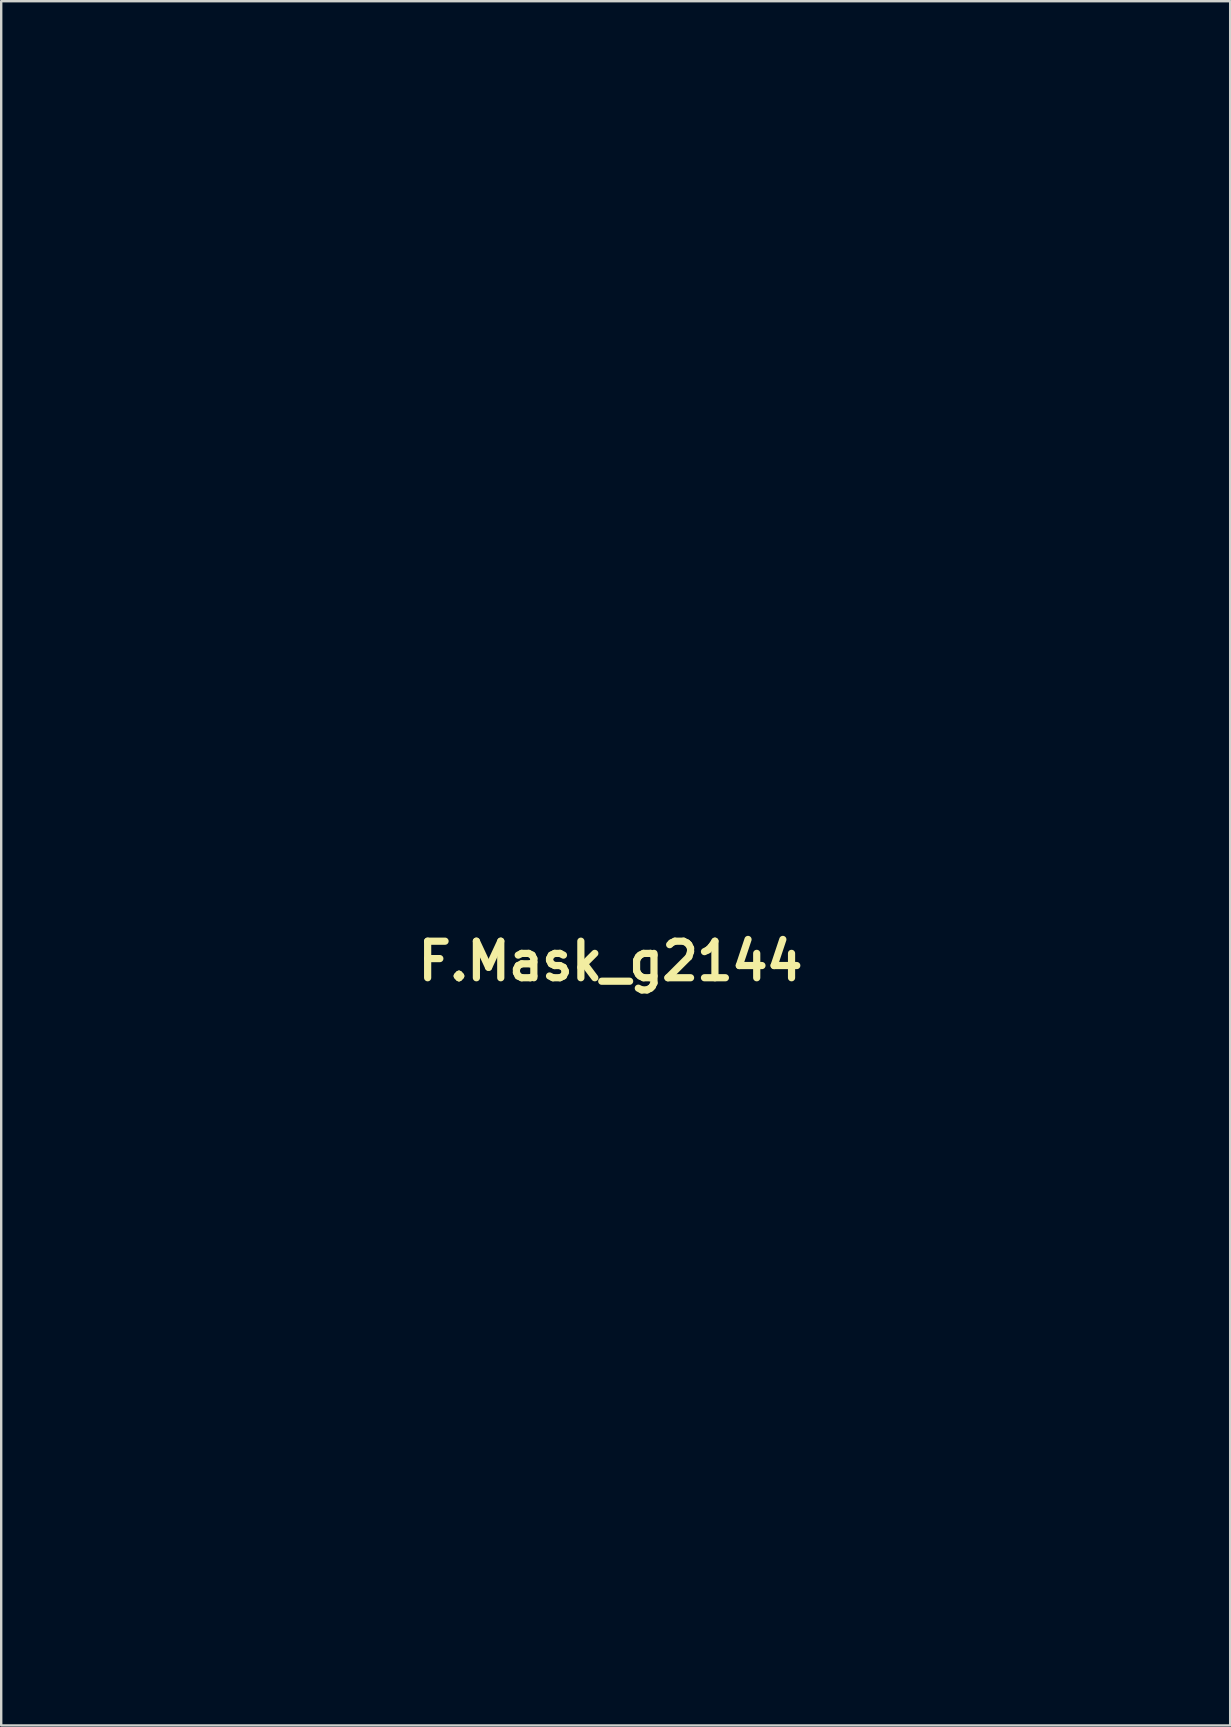
<source format=kicad_pcb>
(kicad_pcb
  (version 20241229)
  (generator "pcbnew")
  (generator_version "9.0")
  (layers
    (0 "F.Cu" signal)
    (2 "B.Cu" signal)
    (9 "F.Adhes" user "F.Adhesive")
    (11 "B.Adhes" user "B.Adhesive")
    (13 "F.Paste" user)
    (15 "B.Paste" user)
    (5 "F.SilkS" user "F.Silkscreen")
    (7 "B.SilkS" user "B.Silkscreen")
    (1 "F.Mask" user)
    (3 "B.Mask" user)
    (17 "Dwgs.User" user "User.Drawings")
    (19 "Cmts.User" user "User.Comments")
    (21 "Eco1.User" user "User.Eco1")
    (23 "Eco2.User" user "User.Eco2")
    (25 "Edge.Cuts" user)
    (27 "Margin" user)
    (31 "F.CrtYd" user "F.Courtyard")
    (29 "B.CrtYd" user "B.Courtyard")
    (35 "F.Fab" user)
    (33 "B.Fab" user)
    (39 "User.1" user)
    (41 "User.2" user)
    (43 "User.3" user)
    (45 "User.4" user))
  (footprint "F.Mask_g2144"
    (layer "F.Cu")
    (at 22.394 37.013)
    (property "Reference" "F.Mask_g2144" (at 0 0 0) (layer "F.SilkS") (effects (font (size 1.524 1.524) (thickness 0.3))))
    (attr through_hole)
    (fp_poly (pts (xy 0.148 25.242) (xy 0.257 25.271) (xy 0.316 25.301) (xy 0.389 25.366) (xy 0.421 25.435) (xy 0.41 25.505) (xy 0.358 25.572) (xy 0.314 25.606) (xy 0.264 25.635) (xy 0.212 25.653) (xy 0.146 25.663) (xy 0.051 25.669) (xy 0.046 25.67) (xy -0.056 25.671) (xy -0.129 25.666) (xy -0.187 25.651) (xy -0.225 25.636) (xy -0.315 25.578) (xy -0.366 25.51) (xy -0.378 25.438) (xy -0.351 25.368) (xy -0.287 25.305) (xy -0.201 25.261) (xy -0.096 25.236) (xy 0.026 25.23) (xy 0.148 25.242)) (stroke (width 0.01) (type solid)) (fill yes) (layer "F.Mask"))
    (fp_poly (pts (xy -6.964 -18.046) (xy -6.5 -18.002) (xy -6.048 -17.927) (xy -5.6 -17.82) (xy -5.175 -17.688) (xy -4.713 -17.509) (xy -4.254 -17.292) (xy -3.808 -17.041) (xy -3.382 -16.762) (xy -3.059 -16.518) (xy -2.929 -16.409) (xy -2.782 -16.277) (xy -2.626 -16.129) (xy -2.469 -15.974) (xy -2.317 -15.818) (xy -2.179 -15.67) (xy -2.063 -15.537) (xy -2.019 -15.483) (xy -1.685 -15.034) (xy -1.391 -14.574) (xy -1.137 -14.101) (xy -0.923 -13.615) (xy -0.746 -13.114) (xy -0.607 -12.595) (xy -0.562 -12.383) (xy -0.487 -11.91) (xy -0.444 -11.421) (xy -0.434 -10.925) (xy -0.455 -10.43) (xy -0.508 -9.948) (xy -0.563 -9.631) (xy -0.689 -9.101) (xy -0.854 -8.588) (xy -1.056 -8.091) (xy -1.294 -7.614) (xy -1.565 -7.158) (xy -1.869 -6.725) (xy -2.204 -6.316) (xy -2.569 -5.933) (xy -2.963 -5.578) (xy -3.383 -5.253) (xy -3.829 -4.959) (xy -4.299 -4.698) (xy -4.791 -4.473) (xy -4.801 -4.469) (xy -5.279 -4.292) (xy -5.762 -4.152) (xy -6.253 -4.051) (xy -6.756 -3.986) (xy -7.275 -3.956) (xy -7.789 -3.961) (xy -8.314 -4.003) (xy -8.833 -4.086) (xy -9.342 -4.208) (xy -9.84 -4.369) (xy -10.325 -4.567) (xy -10.794 -4.802) (xy -11.245 -5.071) (xy -11.676 -5.374) (xy -12.085 -5.71) (xy -12.469 -6.077) (xy -12.827 -6.474) (xy -13.052 -6.759) (xy -13.194 -6.954) (xy -13.317 -7.133) (xy -13.428 -7.309) (xy -13.536 -7.495) (xy -13.649 -7.704) (xy -13.676 -7.758) (xy -13.909 -8.254) (xy -14.102 -8.763) (xy -14.254 -9.282) (xy -14.366 -9.811) (xy -14.436 -10.347) (xy -14.466 -10.889) (xy -14.455 -11.388) (xy -5.849 -11.388) (xy -5.831 -11.257) (xy -5.78 -11.143) (xy -5.704 -11.051) (xy -5.607 -10.985) (xy -5.496 -10.949) (xy -5.377 -10.948) (xy -5.275 -10.976) (xy -5.162 -11.044) (xy -5.081 -11.14) (xy -5.032 -11.261) (xy -5.017 -11.39) (xy -5.034 -11.519) (xy -5.083 -11.63) (xy -5.158 -11.72) (xy -5.251 -11.785) (xy -5.358 -11.822) (xy -5.471 -11.828) (xy -5.584 -11.8) (xy -5.692 -11.735) (xy -5.695 -11.732) (xy -5.779 -11.635) (xy -5.832 -11.514) (xy -5.849 -11.388) (xy -14.455 -11.388) (xy -14.454 -11.434) (xy -14.401 -11.981) (xy -14.36 -12.242) (xy -14.249 -12.767) (xy -14.097 -13.279) (xy -13.907 -13.778) (xy -13.679 -14.26) (xy -13.416 -14.724) (xy -13.119 -15.167) (xy -12.788 -15.587) (xy -12.426 -15.983) (xy -12.033 -16.351) (xy -11.651 -16.66) (xy -11.199 -16.974) (xy -10.732 -17.249) (xy -10.251 -17.483) (xy -9.755 -17.679) (xy -9.246 -17.834) (xy -8.723 -17.949) (xy -8.187 -18.023) (xy -7.639 -18.058) (xy -7.451 -18.06) (xy -6.964 -18.046)) (stroke (width 0.01) (type solid)) (fill yes) (layer "F.Mask"))
    (fp_poly (pts (xy -0.189 -5.981) (xy 0.01 -5.935) (xy 0.202 -5.856) (xy 0.396 -5.741) (xy 0.476 -5.684) (xy 0.518 -5.651) (xy 0.561 -5.615) (xy 0.606 -5.573) (xy 0.655 -5.524) (xy 0.71 -5.464) (xy 0.772 -5.392) (xy 0.844 -5.306) (xy 0.928 -5.203) (xy 1.024 -5.082) (xy 1.134 -4.939) (xy 1.261 -4.774) (xy 1.406 -4.584) (xy 1.571 -4.366) (xy 1.758 -4.119) (xy 1.968 -3.84) (xy 1.99 -3.81) (xy 2.18 -3.544) (xy 2.355 -3.268) (xy 2.513 -2.99) (xy 2.648 -2.719) (xy 2.756 -2.462) (xy 2.795 -2.353) (xy 2.876 -2.057) (xy 2.917 -1.775) (xy 2.919 -1.507) (xy 2.881 -1.252) (xy 2.803 -1.008) (xy 2.765 -0.921) (xy 2.646 -0.712) (xy 2.504 -0.538) (xy 2.339 -0.4) (xy 2.151 -0.297) (xy 1.938 -0.227) (xy 1.912 -0.221) (xy 1.8 -0.203) (xy 1.664 -0.189) (xy 1.519 -0.181) (xy 1.38 -0.179) (xy 1.26 -0.183) (xy 1.206 -0.189) (xy 1.137 -0.2) (xy 1.074 -0.213) (xy 1.009 -0.231) (xy 0.935 -0.256) (xy 0.843 -0.292) (xy 0.725 -0.34) (xy 0.635 -0.377) (xy 0.407 -0.468) (xy 0.207 -0.538) (xy 0.026 -0.589) (xy -0.143 -0.623) (xy -0.23 -0.636) (xy -0.325 -0.646) (xy -0.41 -0.65) (xy -0.491 -0.647) (xy -0.573 -0.634) (xy -0.664 -0.611) (xy -0.769 -0.577) (xy -0.894 -0.528) (xy -1.046 -0.465) (xy -1.213 -0.392) (xy -1.406 -0.317) (xy -1.592 -0.263) (xy -1.783 -0.229) (xy -1.993 -0.212) (xy -2.127 -0.209) (xy -2.376 -0.218) (xy -2.621 -0.248) (xy -2.854 -0.297) (xy -3.066 -0.363) (xy -3.249 -0.444) (xy -3.299 -0.472) (xy -3.409 -0.552) (xy -3.521 -0.658) (xy -3.621 -0.776) (xy -3.698 -0.892) (xy -3.711 -0.917) (xy -3.759 -1.033) (xy -3.801 -1.166) (xy -3.833 -1.299) (xy -3.85 -1.418) (xy -3.852 -1.465) (xy -3.844 -1.59) (xy -3.82 -1.729) (xy -3.778 -1.886) (xy -3.717 -2.065) (xy -3.715 -2.068) (xy -2.404 -2.068) (xy -2.401 -1.934) (xy -2.366 -1.825) (xy -2.334 -1.776) (xy -2.252 -1.705) (xy -2.161 -1.675) (xy -2.057 -1.684) (xy -1.98 -1.714) (xy -1.907 -1.758) (xy -1.838 -1.814) (xy -1.826 -1.825) (xy -1.769 -1.895) (xy -1.697 -1.996) (xy -1.613 -2.124) (xy -1.523 -2.271) (xy -1.429 -2.432) (xy -1.336 -2.6) (xy -1.246 -2.77) (xy -1.186 -2.889) (xy -1.096 -3.075) (xy -1.023 -3.231) (xy -0.966 -3.363) (xy -0.922 -3.478) (xy -0.887 -3.582) (xy -0.86 -3.683) (xy -0.838 -3.786) (xy -0.836 -3.799) (xy -0.82 -3.888) (xy -0.812 -3.947) (xy -0.812 -3.952) (xy 0.269 -3.952) (xy 0.278 -3.847) (xy 0.303 -3.719) (xy 0.34 -3.576) (xy 0.363 -3.503) (xy 0.42 -3.352) (xy 0.497 -3.173) (xy 0.592 -2.975) (xy 0.699 -2.764) (xy 0.817 -2.548) (xy 0.94 -2.333) (xy 1.065 -2.128) (xy 1.114 -2.051) (xy 1.223 -1.898) (xy 1.327 -1.785) (xy 1.426 -1.711) (xy 1.524 -1.676) (xy 1.622 -1.677) (xy 1.702 -1.704) (xy 1.774 -1.754) (xy 1.821 -1.826) (xy 1.845 -1.925) (xy 1.85 -2.032) (xy 1.843 -2.139) (xy 1.826 -2.241) (xy 1.811 -2.297) (xy 1.772 -2.397) (xy 1.716 -2.528) (xy 1.645 -2.684) (xy 1.564 -2.856) (xy 1.474 -3.039) (xy 1.381 -3.226) (xy 1.285 -3.412) (xy 1.191 -3.588) (xy 1.154 -3.656) (xy 1.057 -3.829) (xy 0.976 -3.968) (xy 0.908 -4.077) (xy 0.85 -4.159) (xy 0.8 -4.217) (xy 0.755 -4.257) (xy 0.712 -4.28) (xy 0.687 -4.288) (xy 0.603 -4.29) (xy 0.51 -4.261) (xy 0.42 -4.208) (xy 0.342 -4.139) (xy 0.289 -4.06) (xy 0.276 -4.026) (xy 0.269 -3.952) (xy -0.812 -3.952) (xy -0.814 -3.99) (xy -0.825 -4.028) (xy -0.845 -4.07) (xy -0.904 -4.154) (xy -0.991 -4.226) (xy -1.089 -4.276) (xy -1.133 -4.288) (xy -1.223 -4.285) (xy -1.313 -4.247) (xy -1.391 -4.182) (xy -1.403 -4.167) (xy -1.445 -4.105) (xy -1.502 -4.01) (xy -1.572 -3.888) (xy -1.651 -3.745) (xy -1.737 -3.585) (xy -1.827 -3.414) (xy -1.918 -3.239) (xy -2.007 -3.063) (xy -2.092 -2.893) (xy -2.168 -2.735) (xy -2.235 -2.593) (xy -2.288 -2.474) (xy -2.316 -2.407) (xy -2.376 -2.227) (xy -2.404 -2.068) (xy -3.715 -2.068) (xy -3.635 -2.269) (xy -3.533 -2.502) (xy -3.43 -2.72) (xy -3.261 -3.048) (xy -3.059 -3.396) (xy -2.83 -3.757) (xy -2.576 -4.128) (xy -2.299 -4.503) (xy -2.105 -4.752) (xy -1.923 -4.976) (xy -1.76 -5.167) (xy -1.611 -5.33) (xy -1.474 -5.467) (xy -1.344 -5.583) (xy -1.219 -5.681) (xy -1.093 -5.764) (xy -1.072 -5.777) (xy -0.932 -5.858) (xy -0.815 -5.917) (xy -0.713 -5.957) (xy -0.616 -5.982) (xy -0.513 -5.994) (xy -0.402 -5.996) (xy -0.189 -5.981)) (stroke (width 0.01) (type solid)) (fill yes) (layer "F.Mask"))
    (fp_poly (pts (xy 10.328 13.426) (xy 10.628 13.46) (xy 10.915 13.529) (xy 11.183 13.633) (xy 11.43 13.77) (xy 11.653 13.937) (xy 11.848 14.133) (xy 11.975 14.3) (xy 12.105 14.516) (xy 12.215 14.746) (xy 12.301 14.979) (xy 12.357 15.203) (xy 12.365 15.247) (xy 12.376 15.39) (xy 12.367 15.541) (xy 12.335 15.705) (xy 12.279 15.887) (xy 12.198 16.091) (xy 12.091 16.321) (xy 12.076 16.351) (xy 11.943 16.6) (xy 11.809 16.809) (xy 11.673 16.982) (xy 11.531 17.122) (xy 11.487 17.158) (xy 11.364 17.245) (xy 11.217 17.332) (xy 11.046 17.419) (xy 10.848 17.507) (xy 10.623 17.595) (xy 10.368 17.685) (xy 10.083 17.777) (xy 9.765 17.871) (xy 9.414 17.968) (xy 9.027 18.068) (xy 8.604 18.172) (xy 8.143 18.28) (xy 7.642 18.393) (xy 7.303 18.468) (xy 7.028 18.527) (xy 6.789 18.578) (xy 6.579 18.622) (xy 6.394 18.659) (xy 6.226 18.692) (xy 6.071 18.72) (xy 5.923 18.745) (xy 5.775 18.768) (xy 5.623 18.791) (xy 5.46 18.813) (xy 5.359 18.827) (xy 5.076 18.862) (xy 4.76 18.9) (xy 4.422 18.938) (xy 4.07 18.975) (xy 3.715 19.011) (xy 3.366 19.045) (xy 3.032 19.075) (xy 2.932 19.083) (xy 2.801 19.092) (xy 2.634 19.1) (xy 2.436 19.107) (xy 2.212 19.113) (xy 1.968 19.118) (xy 1.709 19.122) (xy 1.441 19.124) (xy 1.171 19.126) (xy 0.902 19.126) (xy 0.641 19.125) (xy 0.393 19.122) (xy 0.165 19.119) (xy -0.039 19.113) (xy -0.064 19.112) (xy -0.577 19.094) (xy -1.052 19.076) (xy -1.488 19.058) (xy -1.886 19.039) (xy -2.244 19.021) (xy -2.562 19.003) (xy -2.839 18.984) (xy -3.075 18.966) (xy -3.217 18.953) (xy -3.558 18.916) (xy -3.936 18.869) (xy -4.349 18.812) (xy -4.793 18.745) (xy -5.265 18.67) (xy -5.763 18.587) (xy -6.282 18.496) (xy -6.821 18.398) (xy -7.374 18.294) (xy -7.941 18.183) (xy -8.516 18.067) (xy -8.795 18.01) (xy -8.987 17.97) (xy -9.199 17.925) (xy -9.425 17.876) (xy -9.661 17.825) (xy -9.902 17.772) (xy -10.142 17.719) (xy -10.377 17.667) (xy -10.602 17.616) (xy -10.812 17.569) (xy -11.003 17.525) (xy -11.168 17.487) (xy -11.305 17.454) (xy -11.407 17.429) (xy -11.441 17.42) (xy -11.815 17.31) (xy -12.15 17.188) (xy -12.445 17.053) (xy -12.702 16.906) (xy -12.921 16.745) (xy -13.04 16.637) (xy -13.153 16.518) (xy -13.235 16.416) (xy -13.289 16.325) (xy -13.319 16.237) (xy -13.328 16.181) (xy -13.331 16.11) (xy -13.323 16.065) (xy -13.3 16.03) (xy -13.284 16.013) (xy -13.254 15.988) (xy -13.217 15.97) (xy -13.17 15.959) (xy -13.109 15.956) (xy -13.032 15.961) (xy -12.935 15.975) (xy -12.814 15.999) (xy -12.667 16.032) (xy -12.489 16.076) (xy -12.277 16.13) (xy -12.029 16.196) (xy -12.008 16.201) (xy -11.688 16.287) (xy -11.402 16.362) (xy -11.143 16.428) (xy -10.905 16.487) (xy -10.682 16.541) (xy -10.466 16.591) (xy -10.251 16.639) (xy -10.213 16.648) (xy -10.093 16.674) (xy -9.936 16.707) (xy -9.748 16.747) (xy -9.535 16.791) (xy -9.301 16.84) (xy -9.051 16.892) (xy -8.792 16.946) (xy -8.527 17.001) (xy -8.262 17.055) (xy -8.003 17.109) (xy -7.754 17.16) (xy -7.52 17.208) (xy -7.307 17.251) (xy -7.121 17.289) (xy -6.965 17.32) (xy -6.847 17.343) (xy -6.264 17.45) (xy -5.641 17.549) (xy -4.984 17.641) (xy -4.295 17.725) (xy -3.578 17.8) (xy -2.836 17.867) (xy -2.073 17.924) (xy -1.799 17.942) (xy -1.638 17.951) (xy -1.44 17.958) (xy -1.21 17.965) (xy -0.954 17.97) (xy -0.677 17.975) (xy -0.384 17.978) (xy -0.081 17.98) (xy 0.226 17.982) (xy 0.533 17.982) (xy 0.834 17.981) (xy 1.124 17.979) (xy 1.397 17.975) (xy 1.648 17.971) (xy 1.872 17.966) (xy 2.063 17.959) (xy 2.159 17.954) (xy 2.515 17.934) (xy 2.836 17.915) (xy 3.128 17.896) (xy 3.397 17.875) (xy 3.65 17.854) (xy 3.894 17.83) (xy 4.135 17.804) (xy 4.38 17.774) (xy 4.636 17.74) (xy 4.908 17.702) (xy 5.204 17.658) (xy 5.387 17.63) (xy 5.572 17.602) (xy 5.785 17.57) (xy 6.01 17.536) (xy 6.232 17.503) (xy 6.438 17.473) (xy 6.519 17.462) (xy 6.768 17.425) (xy 6.978 17.392) (xy 7.153 17.362) (xy 7.298 17.335) (xy 7.416 17.309) (xy 7.51 17.283) (xy 7.586 17.258) (xy 7.634 17.238) (xy 7.718 17.189) (xy 7.777 17.132) (xy 7.81 17.061) (xy 7.822 16.969) (xy 7.813 16.849) (xy 7.793 16.732) (xy 7.782 16.679) (xy 8.436 16.679) (xy 8.438 16.77) (xy 8.442 16.836) (xy 8.449 16.884) (xy 8.461 16.921) (xy 8.478 16.956) (xy 8.485 16.968) (xy 8.539 17.042) (xy 8.604 17.089) (xy 8.657 17.11) (xy 8.693 17.119) (xy 8.737 17.12) (xy 8.796 17.115) (xy 8.881 17.101) (xy 8.971 17.083) (xy 9.074 17.063) (xy 9.174 17.045) (xy 9.256 17.031) (xy 9.282 17.028) (xy 9.579 16.969) (xy 9.853 16.875) (xy 10.073 16.765) (xy 10.184 16.693) (xy 10.268 16.617) (xy 10.336 16.526) (xy 10.4 16.406) (xy 10.401 16.404) (xy 10.43 16.34) (xy 10.864 16.34) (xy 10.864 16.382) (xy 10.887 16.406) (xy 10.917 16.416) (xy 10.967 16.429) (xy 10.996 16.437) (xy 11.047 16.444) (xy 11.124 16.439) (xy 11.212 16.425) (xy 11.297 16.404) (xy 11.362 16.38) (xy 11.444 16.325) (xy 11.52 16.252) (xy 11.533 16.236) (xy 11.574 16.176) (xy 11.594 16.127) (xy 11.598 16.068) (xy 11.595 16.024) (xy 11.58 15.932) (xy 11.551 15.838) (xy 11.514 15.751) (xy 11.472 15.684) (xy 11.43 15.647) (xy 11.426 15.645) (xy 11.365 15.64) (xy 11.34 15.65) (xy 11.3 15.685) (xy 11.245 15.746) (xy 11.178 15.826) (xy 11.108 15.918) (xy 11.04 16.011) (xy 10.981 16.099) (xy 10.937 16.173) (xy 10.932 16.181) (xy 10.886 16.275) (xy 10.864 16.34) (xy 10.43 16.34) (xy 10.434 16.331) (xy 10.453 16.269) (xy 10.463 16.203) (xy 10.466 16.116) (xy 10.466 16.076) (xy 10.455 15.898) (xy 10.427 15.713) (xy 10.382 15.528) (xy 10.324 15.347) (xy 10.255 15.175) (xy 10.177 15.017) (xy 10.094 14.88) (xy 10.006 14.768) (xy 9.917 14.686) (xy 9.829 14.64) (xy 9.807 14.635) (xy 9.721 14.631) (xy 9.609 14.644) (xy 9.483 14.673) (xy 9.356 14.713) (xy 9.239 14.762) (xy 9.236 14.763) (xy 9.08 14.864) (xy 8.938 15.004) (xy 8.808 15.185) (xy 8.692 15.406) (xy 8.59 15.667) (xy 8.5 15.968) (xy 8.486 16.023) (xy 8.466 16.116) (xy 8.451 16.204) (xy 8.442 16.299) (xy 8.438 16.413) (xy 8.436 16.552) (xy 8.436 16.679) (xy 7.782 16.679) (xy 7.753 16.532) (xy 7.722 16.368) (xy 7.698 16.233) (xy 7.68 16.121) (xy 7.667 16.028) (xy 7.659 15.945) (xy 7.654 15.868) (xy 7.652 15.791) (xy 7.652 15.748) (xy 7.656 15.615) (xy 7.668 15.498) (xy 7.693 15.387) (xy 7.732 15.272) (xy 7.789 15.143) (xy 7.866 14.989) (xy 7.868 14.986) (xy 8.022 14.712) (xy 8.182 14.474) (xy 8.352 14.268) (xy 8.538 14.088) (xy 8.745 13.928) (xy 8.979 13.783) (xy 9.117 13.71) (xy 9.353 13.599) (xy 9.571 13.517) (xy 9.78 13.461) (xy 9.989 13.431) (xy 10.209 13.422) (xy 10.328 13.426)) (stroke (width 0.01) (type solid)) (fill yes) (layer "F.Mask"))
    (fp_poly (pts (xy -11.815 6.203) (xy -11.684 6.264) (xy -11.555 6.365) (xy -11.429 6.502) (xy -11.309 6.674) (xy -11.21 6.853) (xy -11.173 6.924) (xy -11.143 6.977) (xy -11.125 7.005) (xy -11.122 7.006) (xy -11.1 6.997) (xy -11.049 6.973) (xy -10.975 6.937) (xy -10.899 6.9) (xy -10.626 6.776) (xy -10.365 6.688) (xy -10.109 6.633) (xy -9.848 6.609) (xy -9.663 6.61) (xy -9.476 6.623) (xy -9.313 6.648) (xy -9.155 6.689) (xy -8.985 6.749) (xy -8.92 6.776) (xy -8.769 6.838) (xy -8.581 6.783) (xy -8.428 6.745) (xy -8.241 6.709) (xy -8.027 6.676) (xy -7.796 6.648) (xy -7.554 6.626) (xy -7.546 6.625) (xy -7.195 6.614) (xy -6.822 6.63) (xy -6.437 6.673) (xy -6.049 6.74) (xy -5.665 6.829) (xy -5.296 6.941) (xy -4.949 7.071) (xy -4.87 7.106) (xy -4.532 7.269) (xy -4.227 7.441) (xy -3.947 7.629) (xy -3.685 7.838) (xy -3.431 8.075) (xy -3.333 8.175) (xy -3.084 8.449) (xy -2.866 8.719) (xy -2.672 8.995) (xy -2.494 9.288) (xy -2.325 9.609) (xy -2.306 9.647) (xy -2.21 9.844) (xy -2.132 10.009) (xy -2.07 10.149) (xy -2.021 10.269) (xy -1.984 10.376) (xy -1.957 10.475) (xy -1.938 10.573) (xy -1.925 10.676) (xy -1.917 10.79) (xy -1.912 10.92) (xy -1.911 10.933) (xy -1.907 11.095) (xy -1.909 11.228) (xy -1.916 11.346) (xy -1.93 11.462) (xy -1.936 11.501) (xy -1.963 11.649) (xy -1.998 11.811) (xy -2.04 11.977) (xy -2.085 12.135) (xy -2.129 12.275) (xy -2.171 12.384) (xy -2.174 12.391) (xy -2.238 12.517) (xy -2.327 12.658) (xy -2.433 12.809) (xy -2.553 12.963) (xy -2.68 13.114) (xy -2.808 13.254) (xy -2.933 13.378) (xy -3.049 13.479) (xy -3.15 13.55) (xy -3.161 13.556) (xy -3.297 13.625) (xy -3.443 13.687) (xy -3.592 13.739) (xy -3.734 13.78) (xy -3.861 13.806) (xy -3.965 13.816) (xy -4.016 13.812) (xy -4.106 13.779) (xy -4.17 13.724) (xy -4.204 13.654) (xy -4.203 13.576) (xy -4.189 13.54) (xy -4.168 13.514) (xy -4.122 13.462) (xy -4.053 13.388) (xy -3.966 13.296) (xy -3.865 13.192) (xy -3.754 13.078) (xy -3.715 13.039) (xy -3.558 12.878) (xy -3.428 12.742) (xy -3.322 12.624) (xy -3.235 12.52) (xy -3.164 12.423) (xy -3.105 12.33) (xy -3.055 12.234) (xy -3.01 12.129) (xy -2.967 12.012) (xy -2.932 11.91) (xy -2.843 11.603) (xy -2.79 11.312) (xy -2.772 11.029) (xy -2.789 10.748) (xy -2.84 10.461) (xy -2.909 10.213) (xy -3.008 9.946) (xy -3.133 9.688) (xy -3.286 9.434) (xy -3.47 9.182) (xy -3.687 8.928) (xy -3.939 8.671) (xy -4.229 8.407) (xy -4.385 8.274) (xy -4.561 8.132) (xy -4.719 8.014) (xy -4.87 7.915) (xy -5.025 7.827) (xy -5.195 7.744) (xy -5.391 7.659) (xy -5.461 7.631) (xy -5.622 7.569) (xy -5.756 7.523) (xy -5.875 7.492) (xy -5.99 7.473) (xy -6.113 7.464) (xy -6.244 7.461) (xy -6.363 7.462) (xy -6.454 7.467) (xy -6.528 7.477) (xy -6.601 7.493) (xy -6.685 7.519) (xy -6.692 7.521) (xy -6.801 7.562) (xy -6.917 7.612) (xy -7.019 7.663) (xy -7.031 7.67) (xy -7.111 7.717) (xy -7.165 7.758) (xy -7.203 7.802) (xy -7.238 7.861) (xy -7.25 7.885) (xy -7.313 8.012) (xy -7.326 8.975) (xy -7.33 9.222) (xy -7.334 9.431) (xy -7.338 9.606) (xy -7.343 9.751) (xy -7.348 9.869) (xy -7.354 9.965) (xy -7.361 10.042) (xy -7.37 10.105) (xy -7.374 10.128) (xy -7.388 10.214) (xy -7.404 10.33) (xy -7.422 10.465) (xy -7.44 10.608) (xy -7.452 10.71) (xy -7.474 10.904) (xy -7.496 11.064) (xy -7.518 11.2) (xy -7.543 11.322) (xy -7.572 11.439) (xy -7.607 11.559) (xy -7.644 11.673) (xy -7.784 12.039) (xy -7.954 12.384) (xy -8.153 12.704) (xy -8.376 12.999) (xy -8.623 13.266) (xy -8.892 13.503) (xy -9.178 13.708) (xy -9.482 13.879) (xy -9.799 14.013) (xy -10.129 14.108) (xy -10.222 14.127) (xy -10.375 14.148) (xy -10.553 14.158) (xy -10.743 14.158) (xy -10.929 14.149) (xy -11.096 14.13) (xy -11.165 14.117) (xy -11.477 14.031) (xy -11.771 13.907) (xy -12.046 13.748) (xy -12.299 13.555) (xy -12.531 13.331) (xy -12.738 13.076) (xy -12.919 12.794) (xy -13.074 12.485) (xy -13.2 12.152) (xy -13.28 11.852) (xy -10.854 11.852) (xy -10.82 11.982) (xy -10.748 12.117) (xy -10.64 12.255) (xy -10.496 12.393) (xy -10.34 12.514) (xy -10.106 12.658) (xy -9.87 12.76) (xy -9.631 12.82) (xy -9.392 12.837) (xy -9.151 12.813) (xy -9.064 12.794) (xy -8.991 12.771) (xy -8.897 12.734) (xy -8.795 12.69) (xy -8.742 12.665) (xy -8.59 12.58) (xy -8.462 12.484) (xy -8.353 12.37) (xy -8.258 12.232) (xy -8.171 12.065) (xy -8.095 11.88) (xy -8.014 11.638) (xy -7.963 11.417) (xy -7.94 11.219) (xy -7.946 11.045) (xy -7.981 10.897) (xy -8.045 10.777) (xy -8.137 10.685) (xy -8.2 10.648) (xy -8.26 10.624) (xy -8.326 10.61) (xy -8.401 10.606) (xy -8.492 10.613) (xy -8.601 10.632) (xy -8.735 10.663) (xy -8.898 10.708) (xy -9.094 10.766) (xy -9.176 10.791) (xy -9.444 10.877) (xy -9.677 10.961) (xy -9.885 11.045) (xy -10.073 11.134) (xy -10.251 11.23) (xy -10.426 11.338) (xy -10.489 11.379) (xy -10.637 11.485) (xy -10.746 11.579) (xy -10.816 11.66) (xy -10.849 11.729) (xy -10.854 11.852) (xy -13.28 11.852) (xy -13.295 11.796) (xy -13.345 11.523) (xy -13.371 11.282) (xy -13.38 11.016) (xy -13.374 10.738) (xy -13.353 10.461) (xy -13.318 10.199) (xy -13.282 10.018) (xy -13.268 9.954) (xy -12.443 9.954) (xy -12.442 9.979) (xy -12.429 10.147) (xy -12.399 10.285) (xy -12.349 10.396) (xy -12.275 10.484) (xy -12.173 10.552) (xy -12.039 10.604) (xy -11.87 10.645) (xy -11.726 10.668) (xy -11.615 10.677) (xy -11.473 10.681) (xy -11.31 10.68) (xy -11.139 10.673) (xy -10.969 10.662) (xy -10.813 10.646) (xy -10.689 10.628) (xy -10.569 10.605) (xy -10.427 10.575) (xy -10.281 10.542) (xy -10.16 10.512) (xy -10.049 10.482) (xy -9.912 10.442) (xy -9.753 10.395) (xy -9.581 10.341) (xy -9.399 10.284) (xy -9.215 10.225) (xy -9.035 10.166) (xy -8.865 10.109) (xy -8.71 10.056) (xy -8.576 10.009) (xy -8.471 9.97) (xy -8.4 9.942) (xy -8.394 9.939) (xy -8.18 9.826) (xy -8.006 9.7) (xy -7.872 9.561) (xy -7.778 9.407) (xy -7.724 9.24) (xy -7.709 9.058) (xy -7.734 8.86) (xy -7.798 8.647) (xy -7.87 8.481) (xy -8.028 8.198) (xy -8.217 7.94) (xy -8.433 7.71) (xy -8.673 7.509) (xy -8.935 7.342) (xy -9.214 7.21) (xy -9.458 7.129) (xy -9.614 7.099) (xy -9.793 7.085) (xy -9.981 7.085) (xy -10.162 7.101) (xy -10.319 7.131) (xy -10.537 7.206) (xy -10.76 7.315) (xy -10.993 7.461) (xy -11.135 7.564) (xy -11.366 7.752) (xy -11.569 7.946) (xy -11.753 8.156) (xy -11.927 8.391) (xy -12.046 8.574) (xy -12.187 8.834) (xy -12.3 9.111) (xy -12.381 9.395) (xy -12.43 9.679) (xy -12.443 9.954) (xy -13.268 9.954) (xy -13.265 9.942) (xy -13.259 9.896) (xy -13.263 9.871) (xy -13.279 9.856) (xy -13.283 9.853) (xy -13.427 9.761) (xy -13.589 9.652) (xy -13.753 9.535) (xy -13.905 9.421) (xy -13.981 9.362) (xy -14.124 9.24) (xy -14.232 9.131) (xy -14.309 9.03) (xy -14.358 8.934) (xy -14.371 8.894) (xy -14.376 8.802) (xy -14.344 8.712) (xy -14.28 8.631) (xy -14.203 8.577) (xy -14.151 8.552) (xy -14.103 8.538) (xy -14.044 8.533) (xy -13.962 8.533) (xy -13.917 8.535) (xy -13.8 8.544) (xy -13.702 8.562) (xy -13.603 8.594) (xy -13.561 8.611) (xy -13.388 8.69) (xy -13.214 8.785) (xy -13.058 8.886) (xy -13.009 8.921) (xy -12.913 8.994) (xy -12.804 8.799) (xy -12.573 8.428) (xy -12.31 8.074) (xy -12.021 7.747) (xy -11.963 7.688) (xy -11.765 7.49) (xy -11.842 7.349) (xy -11.966 7.109) (xy -12.063 6.901) (xy -12.132 6.723) (xy -12.173 6.574) (xy -12.187 6.483) (xy -12.191 6.403) (xy -12.189 6.352) (xy -12.177 6.317) (xy -12.15 6.283) (xy -12.123 6.255) (xy -12.07 6.209) (xy -12.022 6.187) (xy -11.958 6.181) (xy -11.945 6.181) (xy -11.815 6.203)) (stroke (width 0.01) (type solid)) (fill yes) (layer "F.Mask"))
    (fp_poly (pts (xy 8.307 5.966) (xy 8.704 6.018) (xy 8.954 6.067) (xy 9.219 6.132) (xy 9.455 6.203) (xy 9.669 6.283) (xy 9.87 6.379) (xy 10.065 6.492) (xy 10.263 6.629) (xy 10.474 6.793) (xy 10.614 6.911) (xy 10.703 6.986) (xy 10.782 7.051) (xy 10.846 7.102) (xy 10.888 7.133) (xy 10.898 7.14) (xy 10.926 7.141) (xy 10.972 7.123) (xy 11.042 7.083) (xy 11.139 7.02) (xy 11.145 7.016) (xy 11.296 6.918) (xy 11.441 6.827) (xy 11.575 6.747) (xy 11.692 6.681) (xy 11.785 6.634) (xy 11.834 6.614) (xy 11.954 6.585) (xy 12.052 6.587) (xy 12.124 6.618) (xy 12.168 6.674) (xy 12.18 6.753) (xy 12.157 6.852) (xy 12.135 6.9) (xy 12.093 6.969) (xy 12.038 7.035) (xy 11.96 7.108) (xy 11.896 7.161) (xy 11.785 7.252) (xy 11.681 7.339) (xy 11.589 7.419) (xy 11.514 7.487) (xy 11.46 7.539) (xy 11.433 7.57) (xy 11.43 7.576) (xy 11.442 7.599) (xy 11.473 7.648) (xy 11.52 7.717) (xy 11.572 7.79) (xy 11.701 7.961) (xy 11.828 8.108) (xy 11.948 8.227) (xy 12.058 8.315) (xy 12.125 8.355) (xy 12.189 8.383) (xy 12.25 8.402) (xy 12.315 8.41) (xy 12.388 8.407) (xy 12.477 8.392) (xy 12.586 8.365) (xy 12.722 8.325) (xy 12.891 8.27) (xy 12.933 8.256) (xy 13.106 8.199) (xy 13.245 8.154) (xy 13.353 8.121) (xy 13.437 8.097) (xy 13.501 8.082) (xy 13.551 8.075) (xy 13.591 8.075) (xy 13.627 8.08) (xy 13.659 8.087) (xy 13.765 8.134) (xy 13.839 8.208) (xy 13.881 8.31) (xy 13.892 8.404) (xy 13.879 8.525) (xy 13.835 8.618) (xy 13.772 8.676) (xy 13.702 8.709) (xy 13.595 8.749) (xy 13.453 8.794) (xy 13.278 8.844) (xy 13.099 8.891) (xy 12.94 8.933) (xy 12.818 8.973) (xy 12.729 9.014) (xy 12.668 9.058) (xy 12.631 9.11) (xy 12.611 9.173) (xy 12.606 9.25) (xy 12.606 9.257) (xy 12.611 9.319) (xy 12.626 9.411) (xy 12.647 9.525) (xy 12.672 9.65) (xy 12.7 9.777) (xy 12.729 9.897) (xy 12.756 9.999) (xy 12.779 10.074) (xy 12.786 10.092) (xy 12.812 10.132) (xy 12.858 10.163) (xy 12.928 10.187) (xy 13.026 10.204) (xy 13.159 10.216) (xy 13.286 10.223) (xy 13.41 10.229) (xy 13.499 10.235) (xy 13.562 10.242) (xy 13.607 10.252) (xy 13.64 10.266) (xy 13.67 10.285) (xy 13.683 10.295) (xy 13.768 10.381) (xy 13.813 10.48) (xy 13.822 10.556) (xy 13.805 10.65) (xy 13.752 10.724) (xy 13.688 10.768) (xy 13.657 10.782) (xy 13.615 10.792) (xy 13.557 10.798) (xy 13.476 10.802) (xy 13.365 10.804) (xy 13.249 10.805) (xy 13.115 10.805) (xy 13.015 10.807) (xy 12.945 10.81) (xy 12.894 10.816) (xy 12.858 10.825) (xy 12.829 10.839) (xy 12.799 10.858) (xy 12.798 10.858) (xy 12.719 10.93) (xy 12.639 11.034) (xy 12.563 11.165) (xy 12.512 11.277) (xy 12.478 11.351) (xy 12.429 11.451) (xy 12.371 11.566) (xy 12.307 11.686) (xy 12.244 11.802) (xy 12.186 11.905) (xy 12.139 11.985) (xy 12.12 12.014) (xy 12.069 12.075) (xy 11.993 12.152) (xy 11.899 12.236) (xy 11.796 12.321) (xy 11.695 12.399) (xy 11.607 12.459) (xy 11.443 12.551) (xy 11.302 12.607) (xy 11.183 12.628) (xy 11.085 12.613) (xy 11.012 12.569) (xy 10.984 12.536) (xy 10.966 12.501) (xy 10.962 12.457) (xy 10.973 12.402) (xy 10.999 12.331) (xy 11.043 12.24) (xy 11.105 12.124) (xy 11.188 11.981) (xy 11.27 11.843) (xy 11.352 11.706) (xy 11.429 11.574) (xy 11.5 11.453) (xy 11.558 11.351) (xy 11.602 11.273) (xy 11.625 11.231) (xy 11.687 11.08) (xy 11.74 10.894) (xy 11.782 10.679) (xy 11.812 10.443) (xy 11.816 10.399) (xy 11.826 10.048) (xy 11.798 9.713) (xy 11.731 9.392) (xy 11.624 9.081) (xy 11.476 8.779) (xy 11.286 8.483) (xy 11.244 8.425) (xy 11.149 8.308) (xy 11.03 8.176) (xy 10.897 8.039) (xy 10.759 7.906) (xy 10.625 7.787) (xy 10.555 7.729) (xy 10.436 7.642) (xy 10.286 7.543) (xy 10.113 7.436) (xy 9.925 7.326) (xy 9.73 7.217) (xy 9.535 7.114) (xy 9.35 7.021) (xy 9.18 6.943) (xy 9.086 6.903) (xy 8.927 6.848) (xy 8.736 6.795) (xy 8.521 6.748) (xy 8.291 6.707) (xy 8.234 6.698) (xy 7.947 6.671) (xy 7.684 6.677) (xy 7.441 6.718) (xy 7.216 6.795) (xy 7.006 6.908) (xy 6.807 7.059) (xy 6.72 7.139) (xy 6.63 7.239) (xy 6.574 7.332) (xy 6.547 7.431) (xy 6.544 7.547) (xy 6.546 7.578) (xy 6.554 7.629) (xy 6.57 7.714) (xy 6.593 7.828) (xy 6.623 7.963) (xy 6.656 8.113) (xy 6.692 8.271) (xy 6.696 8.287) (xy 6.755 8.538) (xy 6.804 8.753) (xy 6.846 8.936) (xy 6.88 9.091) (xy 6.907 9.222) (xy 6.929 9.335) (xy 6.947 9.432) (xy 6.96 9.52) (xy 6.971 9.602) (xy 6.979 9.683) (xy 6.984 9.737) (xy 6.995 9.855) (xy 7.01 10.001) (xy 7.028 10.162) (xy 7.048 10.323) (xy 7.062 10.435) (xy 7.083 10.599) (xy 7.097 10.732) (xy 7.105 10.848) (xy 7.109 10.958) (xy 7.108 11.073) (xy 7.105 11.155) (xy 7.071 11.576) (xy 7.002 11.984) (xy 6.897 12.375) (xy 6.759 12.747) (xy 6.588 13.096) (xy 6.386 13.422) (xy 6.152 13.72) (xy 6.052 13.83) (xy 5.789 14.08) (xy 5.515 14.288) (xy 5.23 14.456) (xy 4.933 14.584) (xy 4.625 14.671) (xy 4.574 14.682) (xy 4.478 14.696) (xy 4.359 14.708) (xy 4.228 14.717) (xy 4.098 14.723) (xy 3.982 14.724) (xy 3.892 14.721) (xy 3.873 14.719) (xy 3.541 14.656) (xy 3.224 14.554) (xy 2.922 14.415) (xy 2.637 14.241) (xy 2.371 14.032) (xy 2.126 13.791) (xy 1.903 13.519) (xy 1.703 13.217) (xy 1.529 12.888) (xy 1.381 12.532) (xy 1.303 12.284) (xy 3.706 12.284) (xy 3.726 12.386) (xy 3.754 12.457) (xy 3.823 12.566) (xy 3.927 12.677) (xy 4.06 12.785) (xy 4.212 12.887) (xy 4.379 12.977) (xy 4.553 13.051) (xy 4.726 13.104) (xy 4.763 13.112) (xy 4.887 13.131) (xy 5.03 13.141) (xy 5.177 13.141) (xy 5.309 13.132) (xy 5.381 13.121) (xy 5.458 13.1) (xy 5.552 13.066) (xy 5.643 13.028) (xy 5.861 12.912) (xy 6.044 12.776) (xy 6.192 12.625) (xy 6.301 12.459) (xy 6.306 12.45) (xy 6.372 12.291) (xy 6.429 12.102) (xy 6.474 11.896) (xy 6.504 11.685) (xy 6.517 11.482) (xy 6.516 11.381) (xy 6.51 11.277) (xy 6.502 11.202) (xy 6.488 11.144) (xy 6.465 11.089) (xy 6.445 11.051) (xy 6.373 10.94) (xy 6.292 10.861) (xy 6.199 10.812) (xy 6.089 10.792) (xy 5.96 10.802) (xy 5.807 10.84) (xy 5.626 10.906) (xy 5.577 10.926) (xy 5.294 11.05) (xy 5.045 11.166) (xy 4.825 11.276) (xy 4.629 11.386) (xy 4.45 11.497) (xy 4.283 11.613) (xy 4.121 11.738) (xy 3.963 11.873) (xy 3.845 11.987) (xy 3.764 12.09) (xy 3.718 12.187) (xy 3.706 12.284) (xy 1.303 12.284) (xy 1.262 12.152) (xy 1.237 12.054) (xy 1.174 11.741) (xy 1.135 11.411) (xy 1.12 11.055) (xy 1.12 10.996) (xy 1.126 10.735) (xy 1.678 10.735) (xy 1.699 10.956) (xy 1.743 11.143) (xy 1.808 11.297) (xy 1.895 11.415) (xy 2.004 11.498) (xy 2.066 11.526) (xy 2.142 11.543) (xy 2.25 11.553) (xy 2.382 11.556) (xy 2.528 11.554) (xy 2.68 11.545) (xy 2.828 11.53) (xy 2.929 11.515) (xy 3.101 11.481) (xy 3.278 11.437) (xy 3.462 11.381) (xy 3.657 11.311) (xy 3.869 11.226) (xy 4.1 11.124) (xy 4.355 11.004) (xy 4.638 10.865) (xy 4.94 10.71) (xy 5.15 10.6) (xy 5.326 10.506) (xy 5.473 10.425) (xy 5.595 10.355) (xy 5.696 10.293) (xy 5.78 10.235) (xy 5.852 10.181) (xy 5.916 10.126) (xy 5.976 10.068) (xy 5.976 10.068) (xy 6.103 9.916) (xy 6.189 9.753) (xy 6.235 9.581) (xy 6.24 9.401) (xy 6.205 9.214) (xy 6.13 9.02) (xy 6.015 8.821) (xy 5.86 8.617) (xy 5.666 8.409) (xy 5.647 8.391) (xy 5.398 8.176) (xy 5.135 8.001) (xy 4.861 7.864) (xy 4.576 7.769) (xy 4.283 7.713) (xy 4.022 7.699) (xy 3.895 7.702) (xy 3.794 7.71) (xy 3.703 7.726) (xy 3.604 7.752) (xy 3.592 7.756) (xy 3.384 7.828) (xy 3.196 7.917) (xy 3.019 8.028) (xy 2.845 8.167) (xy 2.667 8.338) (xy 2.61 8.398) (xy 2.453 8.573) (xy 2.323 8.734) (xy 2.212 8.893) (xy 2.112 9.059) (xy 2.044 9.185) (xy 1.927 9.429) (xy 1.835 9.653) (xy 1.768 9.867) (xy 1.72 10.081) (xy 1.691 10.307) (xy 1.679 10.481) (xy 1.678 10.735) (xy 1.126 10.735) (xy 1.127 10.673) (xy 1.153 10.377) (xy 1.198 10.095) (xy 1.265 9.813) (xy 1.344 9.553) (xy 1.482 9.194) (xy 1.647 8.859) (xy 1.839 8.551) (xy 2.054 8.27) (xy 2.291 8.019) (xy 2.549 7.8) (xy 2.824 7.614) (xy 3.115 7.464) (xy 3.42 7.352) (xy 3.667 7.292) (xy 3.79 7.275) (xy 3.94 7.264) (xy 4.102 7.26) (xy 4.263 7.263) (xy 4.41 7.272) (xy 4.529 7.288) (xy 4.534 7.289) (xy 4.676 7.317) (xy 4.689 7.256) (xy 4.715 7.193) (xy 4.765 7.114) (xy 4.83 7.029) (xy 4.903 6.949) (xy 4.928 6.925) (xy 5.009 6.859) (xy 5.117 6.782) (xy 5.241 6.7) (xy 5.371 6.619) (xy 5.495 6.548) (xy 5.597 6.496) (xy 5.7 6.451) (xy 5.831 6.397) (xy 5.98 6.339) (xy 6.14 6.278) (xy 6.302 6.219) (xy 6.457 6.164) (xy 6.598 6.116) (xy 6.716 6.079) (xy 6.795 6.057) (xy 7.147 5.989) (xy 7.521 5.951) (xy 7.91 5.944) (xy 8.307 5.966)) (stroke (width 0.01) (type solid)) (fill yes) (layer "F.Mask"))
    (fp_poly (pts (xy -8.313 -36.989) (xy -8.211 -36.941) (xy -8.132 -36.865) (xy -8.112 -36.833) (xy -8.091 -36.786) (xy -8.061 -36.708) (xy -8.024 -36.608) (xy -7.985 -36.494) (xy -7.963 -36.428) (xy -7.893 -36.213) (xy -7.815 -35.975) (xy -7.73 -35.718) (xy -7.641 -35.449) (xy -7.55 -35.172) (xy -7.456 -34.891) (xy -7.364 -34.612) (xy -7.273 -34.34) (xy -7.186 -34.079) (xy -7.104 -33.835) (xy -7.03 -33.613) (xy -6.964 -33.418) (xy -6.908 -33.254) (xy -6.875 -33.158) (xy -6.58 -32.318) (xy -6.289 -31.517) (xy -5.999 -30.754) (xy -5.711 -30.026) (xy -5.423 -29.331) (xy -5.133 -28.665) (xy -4.842 -28.028) (xy -4.548 -27.415) (xy -4.249 -26.826) (xy -3.945 -26.257) (xy -3.635 -25.706) (xy -3.317 -25.171) (xy -3.316 -25.17) (xy -3.243 -25.051) (xy -3.188 -24.963) (xy -3.148 -24.902) (xy -3.118 -24.863) (xy -3.095 -24.842) (xy -3.075 -24.834) (xy -3.053 -24.835) (xy -3.04 -24.838) (xy -2.951 -24.855) (xy -2.829 -24.875) (xy -2.682 -24.897) (xy -2.52 -24.921) (xy -2.351 -24.944) (xy -2.184 -24.967) (xy -2.027 -24.986) (xy -1.937 -24.996) (xy -1.365 -25.047) (xy -0.769 -25.077) (xy -0.16 -25.085) (xy 0.448 -25.073) (xy 1.044 -25.039) (xy 1.408 -25.007) (xy 1.547 -24.991) (xy 1.705 -24.972) (xy 1.876 -24.949) (xy 2.054 -24.924) (xy 2.236 -24.897) (xy 2.414 -24.869) (xy 2.585 -24.841) (xy 2.742 -24.815) (xy 2.88 -24.79) (xy 2.994 -24.768) (xy 3.078 -24.749) (xy 3.128 -24.735) (xy 3.137 -24.731) (xy 3.144 -24.727) (xy 3.152 -24.727) (xy 3.163 -24.734) (xy 3.179 -24.752) (xy 3.203 -24.783) (xy 3.238 -24.831) (xy 3.285 -24.899) (xy 3.347 -24.99) (xy 3.425 -25.107) (xy 3.524 -25.254) (xy 3.607 -25.379) (xy 3.875 -25.786) (xy 4.131 -26.192) (xy 4.38 -26.601) (xy 4.625 -27.021) (xy 4.869 -27.457) (xy 5.116 -27.916) (xy 5.369 -28.403) (xy 5.606 -28.871) (xy 5.811 -29.288) (xy 6.014 -29.71) (xy 6.216 -30.14) (xy 6.418 -30.582) (xy 6.621 -31.039) (xy 6.828 -31.514) (xy 7.038 -32.009) (xy 7.254 -32.528) (xy 7.476 -33.074) (xy 7.707 -33.65) (xy 7.947 -34.258) (xy 8.197 -34.903) (xy 8.319 -35.221) (xy 8.385 -35.391) (xy 8.449 -35.552) (xy 8.508 -35.698) (xy 8.561 -35.825) (xy 8.605 -35.927) (xy 8.638 -35.999) (xy 8.658 -36.036) (xy 8.747 -36.146) (xy 8.853 -36.251) (xy 8.966 -36.339) (xy 9.067 -36.398) (xy 9.142 -36.429) (xy 9.205 -36.444) (xy 9.277 -36.448) (xy 9.343 -36.445) (xy 9.493 -36.419) (xy 9.641 -36.36) (xy 9.791 -36.266) (xy 9.947 -36.133) (xy 9.981 -36.1) (xy 10.148 -35.922) (xy 10.306 -35.723) (xy 10.459 -35.498) (xy 10.611 -35.241) (xy 10.759 -34.956) (xy 10.903 -34.649) (xy 11.021 -34.352) (xy 11.118 -34.055) (xy 11.197 -33.747) (xy 11.261 -33.415) (xy 11.296 -33.189) (xy 11.312 -33.035) (xy 11.324 -32.848) (xy 11.33 -32.64) (xy 11.332 -32.421) (xy 11.33 -32.201) (xy 11.322 -31.99) (xy 11.31 -31.8) (xy 11.295 -31.655) (xy 11.202 -31.079) (xy 11.072 -30.5) (xy 10.903 -29.916) (xy 10.695 -29.326) (xy 10.447 -28.729) (xy 10.16 -28.123) (xy 9.832 -27.507) (xy 9.748 -27.359) (xy 9.581 -27.074) (xy 9.401 -26.781) (xy 9.213 -26.486) (xy 9.02 -26.194) (xy 8.825 -25.909) (xy 8.632 -25.636) (xy 8.444 -25.38) (xy 8.264 -25.146) (xy 8.096 -24.938) (xy 7.943 -24.761) (xy 7.898 -24.713) (xy 7.711 -24.5) (xy 7.56 -24.299) (xy 7.445 -24.109) (xy 7.364 -23.926) (xy 7.331 -23.823) (xy 7.31 -23.702) (xy 7.304 -23.569) (xy 7.313 -23.441) (xy 7.335 -23.342) (xy 7.397 -23.222) (xy 7.494 -23.108) (xy 7.62 -23.004) (xy 7.769 -22.917) (xy 7.91 -22.858) (xy 8 -22.822) (xy 8.118 -22.763) (xy 8.26 -22.685) (xy 8.422 -22.591) (xy 8.598 -22.484) (xy 8.782 -22.366) (xy 8.972 -22.242) (xy 9.16 -22.114) (xy 9.343 -21.985) (xy 9.503 -21.868) (xy 10.091 -21.401) (xy 10.655 -20.901) (xy 11.191 -20.37) (xy 11.7 -19.808) (xy 12.18 -19.217) (xy 12.629 -18.6) (xy 13.046 -17.958) (xy 13.43 -17.292) (xy 13.707 -16.753) (xy 14.022 -16.072) (xy 14.297 -15.392) (xy 14.535 -14.708) (xy 14.737 -14.017) (xy 14.903 -13.312) (xy 15.036 -12.59) (xy 15.137 -11.846) (xy 15.18 -11.409) (xy 15.191 -11.256) (xy 15.198 -11.069) (xy 15.204 -10.855) (xy 15.206 -10.624) (xy 15.207 -10.382) (xy 15.205 -10.139) (xy 15.2 -9.901) (xy 15.194 -9.677) (xy 15.185 -9.475) (xy 15.174 -9.304) (xy 15.169 -9.25) (xy 15.083 -8.525) (xy 14.961 -7.816) (xy 14.804 -7.125) (xy 14.612 -6.455) (xy 14.387 -5.807) (xy 14.127 -5.182) (xy 13.936 -4.779) (xy 13.896 -4.699) (xy 13.865 -4.634) (xy 13.846 -4.594) (xy 13.843 -4.584) (xy 13.861 -4.584) (xy 13.907 -4.595) (xy 13.944 -4.605) (xy 13.982 -4.617) (xy 14.058 -4.639) (xy 14.166 -4.671) (xy 14.302 -4.711) (xy 14.463 -4.758) (xy 14.644 -4.812) (xy 14.842 -4.869) (xy 15.052 -4.931) (xy 15.198 -4.973) (xy 15.562 -5.08) (xy 15.889 -5.176) (xy 16.181 -5.262) (xy 16.441 -5.34) (xy 16.674 -5.41) (xy 16.881 -5.473) (xy 17.067 -5.532) (xy 17.233 -5.586) (xy 17.384 -5.636) (xy 17.522 -5.685) (xy 17.65 -5.732) (xy 17.772 -5.779) (xy 17.89 -5.826) (xy 18.008 -5.876) (xy 18.129 -5.929) (xy 18.256 -5.985) (xy 18.392 -6.047) (xy 18.394 -6.048) (xy 18.667 -6.172) (xy 18.905 -6.279) (xy 19.112 -6.372) (xy 19.293 -6.451) (xy 19.449 -6.518) (xy 19.586 -6.575) (xy 19.706 -6.622) (xy 19.814 -6.662) (xy 19.912 -6.696) (xy 20.006 -6.726) (xy 20.098 -6.752) (xy 20.187 -6.775) (xy 20.517 -6.842) (xy 20.832 -6.87) (xy 21.138 -6.859) (xy 21.437 -6.809) (xy 21.735 -6.719) (xy 21.907 -6.649) (xy 22.041 -6.587) (xy 22.145 -6.53) (xy 22.23 -6.47) (xy 22.308 -6.4) (xy 22.389 -6.311) (xy 22.399 -6.3) (xy 22.52 -6.147) (xy 22.613 -6.004) (xy 22.686 -5.858) (xy 22.734 -5.731) (xy 22.798 -5.487) (xy 22.825 -5.23) (xy 22.816 -4.959) (xy 22.77 -4.672) (xy 22.687 -4.368) (xy 22.594 -4.111) (xy 22.546 -3.995) (xy 22.498 -3.883) (xy 22.447 -3.771) (xy 22.39 -3.655) (xy 22.325 -3.53) (xy 22.25 -3.393) (xy 22.164 -3.239) (xy 22.063 -3.064) (xy 21.945 -2.865) (xy 21.809 -2.636) (xy 21.706 -2.466) (xy 21.619 -2.319) (xy 21.535 -2.179) (xy 21.46 -2.051) (xy 21.395 -1.94) (xy 21.345 -1.852) (xy 21.312 -1.792) (xy 21.304 -1.778) (xy 21.268 -1.712) (xy 21.216 -1.624) (xy 21.154 -1.527) (xy 21.104 -1.45) (xy 20.842 -1.045) (xy 20.59 -0.62) (xy 20.345 -0.17) (xy 20.103 0.313) (xy 19.933 0.677) (xy 19.872 0.812) (xy 19.814 0.941) (xy 19.757 1.071) (xy 19.698 1.206) (xy 19.637 1.349) (xy 19.571 1.506) (xy 19.498 1.68) (xy 19.417 1.877) (xy 19.325 2.1) (xy 19.221 2.354) (xy 19.123 2.597) (xy 18.991 2.919) (xy 18.873 3.207) (xy 18.768 3.462) (xy 18.672 3.691) (xy 18.585 3.897) (xy 18.505 4.084) (xy 18.43 4.256) (xy 18.357 4.417) (xy 18.287 4.571) (xy 18.215 4.723) (xy 18.142 4.876) (xy 18.078 5.007) (xy 17.912 5.34) (xy 17.756 5.64) (xy 17.605 5.915) (xy 17.455 6.171) (xy 17.304 6.415) (xy 17.145 6.654) (xy 17.012 6.846) (xy 16.793 7.139) (xy 16.555 7.43) (xy 16.305 7.712) (xy 16.05 7.976) (xy 15.799 8.214) (xy 15.643 8.349) (xy 15.443 8.515) (xy 15.448 9.248) (xy 15.453 9.715) (xy 15.46 10.145) (xy 15.47 10.538) (xy 15.483 10.9) (xy 15.499 11.234) (xy 15.518 11.542) (xy 15.541 11.829) (xy 15.568 12.099) (xy 15.599 12.353) (xy 15.635 12.597) (xy 15.675 12.833) (xy 15.721 13.065) (xy 15.74 13.155) (xy 15.766 13.274) (xy 15.789 13.366) (xy 15.813 13.442) (xy 15.843 13.51) (xy 15.882 13.584) (xy 15.936 13.671) (xy 16.006 13.78) (xy 16.339 14.327) (xy 16.643 14.906) (xy 16.919 15.514) (xy 17.166 16.152) (xy 17.383 16.817) (xy 17.572 17.509) (xy 17.73 18.228) (xy 17.859 18.971) (xy 17.957 19.739) (xy 18.001 20.214) (xy 18.041 20.805) (xy 18.065 21.425) (xy 18.074 22.065) (xy 18.069 22.715) (xy 18.049 23.363) (xy 18.014 24.002) (xy 18.013 24.012) (xy 17.993 24.306) (xy 18.1 24.483) (xy 18.229 24.715) (xy 18.355 24.976) (xy 18.472 25.25) (xy 18.573 25.525) (xy 18.653 25.786) (xy 18.668 25.84) (xy 18.722 26.091) (xy 18.758 26.346) (xy 18.776 26.597) (xy 18.775 26.832) (xy 18.754 27.042) (xy 18.743 27.104) (xy 18.677 27.335) (xy 18.576 27.541) (xy 18.443 27.722) (xy 18.28 27.874) (xy 18.088 27.997) (xy 17.869 28.088) (xy 17.755 28.12) (xy 17.682 28.139) (xy 17.628 28.159) (xy 17.58 28.188) (xy 17.528 28.232) (xy 17.459 28.299) (xy 17.447 28.311) (xy 17.241 28.492) (xy 17.017 28.637) (xy 16.779 28.746) (xy 16.532 28.817) (xy 16.279 28.848) (xy 16.023 28.839) (xy 15.991 28.835) (xy 15.73 28.778) (xy 15.485 28.683) (xy 15.257 28.549) (xy 15.047 28.379) (xy 14.857 28.174) (xy 14.688 27.934) (xy 14.576 27.732) (xy 14.42 27.466) (xy 14.23 27.222) (xy 14.006 27.001) (xy 13.745 26.802) (xy 13.449 26.625) (xy 13.399 26.599) (xy 13.299 26.548) (xy 13.203 26.502) (xy 13.108 26.459) (xy 13.006 26.416) (xy 12.894 26.372) (xy 12.766 26.324) (xy 12.617 26.27) (xy 12.442 26.209) (xy 12.235 26.138) (xy 12.076 26.084) (xy 11.853 26.008) (xy 11.665 25.943) (xy 11.505 25.887) (xy 11.369 25.836) (xy 11.25 25.79) (xy 11.142 25.745) (xy 11.04 25.7) (xy 10.938 25.652) (xy 10.83 25.598) (xy 10.827 25.597) (xy 10.715 25.543) (xy 10.594 25.489) (xy 10.482 25.442) (xy 10.415 25.417) (xy 10.259 25.358) (xy 10.087 25.287) (xy 9.895 25.201) (xy 9.679 25.098) (xy 9.437 24.977) (xy 9.164 24.837) (xy 9 24.751) (xy 8.722 24.605) (xy 8.477 24.479) (xy 8.26 24.37) (xy 8.067 24.276) (xy 7.893 24.195) (xy 7.735 24.126) (xy 7.588 24.067) (xy 7.447 24.016) (xy 7.308 23.97) (xy 7.168 23.929) (xy 7.075 23.903) (xy 6.975 23.877) (xy 6.894 23.857) (xy 6.823 23.844) (xy 6.752 23.834) (xy 6.674 23.829) (xy 6.577 23.826) (xy 6.453 23.825) (xy 6.361 23.825) (xy 6.213 23.824) (xy 6.1 23.825) (xy 6.012 23.829) (xy 5.941 23.835) (xy 5.878 23.844) (xy 5.816 23.858) (xy 5.744 23.877) (xy 5.73 23.881) (xy 5.557 23.936) (xy 5.384 24.005) (xy 5.201 24.093) (xy 4.996 24.204) (xy 4.991 24.207) (xy 4.885 24.265) (xy 4.787 24.315) (xy 4.69 24.357) (xy 4.589 24.393) (xy 4.479 24.424) (xy 4.353 24.451) (xy 4.207 24.478) (xy 4.034 24.503) (xy 3.829 24.53) (xy 3.65 24.552) (xy 3.426 24.58) (xy 3.239 24.607) (xy 3.082 24.634) (xy 2.951 24.662) (xy 2.839 24.692) (xy 2.742 24.726) (xy 2.655 24.763) (xy 2.567 24.811) (xy 2.488 24.867) (xy 2.426 24.924) (xy 2.387 24.976) (xy 2.379 25.015) (xy 2.386 25.046) (xy 2.398 25.112) (xy 2.414 25.206) (xy 2.433 25.321) (xy 2.454 25.45) (xy 2.458 25.474) (xy 2.484 25.634) (xy 2.502 25.766) (xy 2.514 25.883) (xy 2.522 25.997) (xy 2.526 26.122) (xy 2.528 26.271) (xy 2.528 26.31) (xy 2.527 26.486) (xy 2.522 26.627) (xy 2.512 26.744) (xy 2.494 26.845) (xy 2.468 26.939) (xy 2.432 27.033) (xy 2.384 27.138) (xy 2.375 27.157) (xy 2.277 27.316) (xy 2.143 27.471) (xy 1.98 27.614) (xy 1.815 27.726) (xy 1.647 27.82) (xy 1.49 27.892) (xy 1.336 27.944) (xy 1.174 27.977) (xy 0.995 27.996) (xy 0.789 28) (xy 0.656 27.998) (xy 0.418 27.984) (xy 0.21 27.957) (xy 0.025 27.914) (xy -0.147 27.854) (xy -0.27 27.799) (xy -0.391 27.729) (xy -0.501 27.646) (xy -0.592 27.557) (xy -0.655 27.471) (xy -0.676 27.424) (xy -0.698 27.299) (xy -0.686 27.165) (xy -0.645 27.037) (xy -0.619 26.99) (xy -0.553 26.884) (xy -0.672 26.849) (xy -0.886 26.766) (xy -1.088 26.646) (xy -1.274 26.494) (xy -1.438 26.316) (xy -1.572 26.116) (xy -1.618 26.028) (xy -1.702 25.81) (xy -1.748 25.587) (xy -1.756 25.364) (xy -1.726 25.148) (xy -1.658 24.943) (xy -1.632 24.889) (xy -1.572 24.77) (xy -1.648 24.757) (xy -1.731 24.744) (xy -1.849 24.726) (xy -1.998 24.703) (xy -2.173 24.678) (xy -2.367 24.649) (xy -2.576 24.619) (xy -2.793 24.588) (xy -3.014 24.557) (xy -3.232 24.526) (xy -3.442 24.496) (xy -3.493 24.489) (xy -3.994 24.418) (xy -4.457 24.347) (xy -4.884 24.276) (xy -5.28 24.205) (xy -5.648 24.132) (xy -5.991 24.056) (xy -6.313 23.978) (xy -6.618 23.896) (xy -6.908 23.81) (xy -7.189 23.718) (xy -7.438 23.629) (xy -7.747 23.509) (xy -8.027 23.389) (xy -8.291 23.262) (xy -8.553 23.122) (xy -8.812 22.971) (xy -9.04 22.832) (xy -9.394 22.845) (xy -9.562 22.853) (xy -9.726 22.865) (xy -9.888 22.882) (xy -10.052 22.904) (xy -10.224 22.933) (xy -10.407 22.969) (xy -10.604 23.013) (xy -10.821 23.067) (xy -11.061 23.13) (xy -11.328 23.204) (xy -11.627 23.29) (xy -11.961 23.389) (xy -12.012 23.404) (xy -12.357 23.506) (xy -12.667 23.594) (xy -12.946 23.669) (xy -13.199 23.733) (xy -13.431 23.787) (xy -13.647 23.831) (xy -13.85 23.867) (xy -14.045 23.896) (xy -14.238 23.919) (xy -14.241 23.92) (xy -14.376 23.93) (xy -14.537 23.935) (xy -14.715 23.936) (xy -14.899 23.933) (xy -15.081 23.926) (xy -15.249 23.916) (xy -15.395 23.902) (xy -15.505 23.886) (xy -15.719 23.861) (xy -15.948 23.86) (xy -16.173 23.883) (xy -16.368 23.927) (xy -16.501 23.971) (xy -16.631 24.022) (xy -16.76 24.085) (xy -16.894 24.161) (xy -17.034 24.252) (xy -17.187 24.362) (xy -17.354 24.493) (xy -17.541 24.647) (xy -17.75 24.828) (xy -17.918 24.976) (xy -18.021 25.067) (xy -18.127 25.159) (xy -18.225 25.242) (xy -18.306 25.31) (xy -18.341 25.338) (xy -18.431 25.409) (xy -18.514 25.471) (xy -18.596 25.528) (xy -18.682 25.585) (xy -18.78 25.646) (xy -18.896 25.713) (xy -19.035 25.791) (xy -19.203 25.885) (xy -19.251 25.911) (xy -19.483 26.019) (xy -19.708 26.086) (xy -19.924 26.113) (xy -20.13 26.099) (xy -20.324 26.046) (xy -20.504 25.953) (xy -20.669 25.823) (xy -20.817 25.654) (xy -20.947 25.447) (xy -20.974 25.394) (xy -21.026 25.279) (xy -21.078 25.15) (xy -21.121 25.027) (xy -21.138 24.972) (xy -21.195 24.766) (xy -21.271 24.754) (xy -21.492 24.708) (xy -21.678 24.641) (xy -21.831 24.552) (xy -21.954 24.44) (xy -22.05 24.303) (xy -22.067 24.27) (xy -22.108 24.183) (xy -22.133 24.109) (xy -22.147 24.032) (xy -22.156 23.933) (xy -22.156 23.92) (xy -22.158 23.797) (xy -22.153 23.669) (xy -22.141 23.564) (xy -22.086 23.317) (xy -21.998 23.052) (xy -21.881 22.774) (xy -21.737 22.488) (xy -21.569 22.199) (xy -21.382 21.913) (xy -21.176 21.635) (xy -20.957 21.368) (xy -20.726 21.12) (xy -20.619 21.015) (xy -20.387 20.794) (xy -20.27 20.329) (xy -20.044 19.474) (xy -19.804 18.657) (xy -19.55 17.879) (xy -19.28 17.137) (xy -18.996 16.432) (xy -18.696 15.761) (xy -18.379 15.125) (xy -18.047 14.521) (xy -17.933 14.33) (xy -17.767 14.058) (xy -17.606 13.806) (xy -17.446 13.567) (xy -17.282 13.335) (xy -17.108 13.102) (xy -16.919 12.861) (xy -16.711 12.606) (xy -16.478 12.329) (xy -16.45 12.296) (xy -16.379 12.213) (xy -16.418 11.964) (xy -16.432 11.842) (xy -16.444 11.686) (xy -16.452 11.503) (xy -16.458 11.301) (xy -16.46 11.087) (xy -16.459 10.87) (xy -16.455 10.656) (xy -16.448 10.455) (xy -16.438 10.273) (xy -16.425 10.118) (xy -16.419 10.065) (xy -16.377 9.763) (xy -16.325 9.428) (xy -16.263 9.066) (xy -16.194 8.686) (xy -16.15 8.456) (xy -16.079 8.09) (xy -16.016 7.761) (xy -15.962 7.466) (xy -15.915 7.201) (xy -15.874 6.962) (xy -15.841 6.745) (xy -15.813 6.547) (xy -15.79 6.364) (xy -15.773 6.192) (xy -15.76 6.027) (xy -15.751 5.865) (xy -15.745 5.703) (xy -15.742 5.537) (xy -15.741 5.429) (xy -15.742 5.239) (xy -15.748 5.054) (xy -15.756 4.881) (xy -15.768 4.725) (xy -15.781 4.593) (xy -15.797 4.492) (xy -15.814 4.429) (xy -15.832 4.397) (xy -15.874 4.334) (xy -15.937 4.242) (xy -16.02 4.124) (xy -16.121 3.984) (xy -16.238 3.822) (xy -16.368 3.643) (xy -16.51 3.449) (xy -16.662 3.242) (xy -16.822 3.025) (xy -16.987 2.801) (xy -17.157 2.572) (xy -17.328 2.342) (xy -17.5 2.112) (xy -17.669 1.885) (xy -17.835 1.664) (xy -17.995 1.452) (xy -18.147 1.252) (xy -18.29 1.065) (xy -18.42 0.895) (xy -18.523 0.762) (xy -18.745 0.476) (xy -18.943 0.218) (xy -19.121 -0.015) (xy -19.282 -0.228) (xy -19.429 -0.426) (xy -19.565 -0.612) (xy -19.694 -0.792) (xy -19.818 -0.969) (xy -19.94 -1.147) (xy -20.065 -1.332) (xy -20.08 -1.355) (xy -20.504 -2.016) (xy -20.887 -2.668) (xy -21.228 -3.313) (xy -21.39 -3.656) (xy -20.596 -3.656) (xy -20.476 -3.432) (xy -20.406 -3.301) (xy -20.339 -3.177) (xy -20.274 -3.058) (xy -20.209 -2.943) (xy -20.144 -2.829) (xy -20.076 -2.715) (xy -20.006 -2.599) (xy -19.93 -2.478) (xy -19.849 -2.351) (xy -19.761 -2.217) (xy -19.664 -2.072) (xy -19.558 -1.916) (xy -19.44 -1.746) (xy -19.311 -1.561) (xy -19.168 -1.358) (xy -19.01 -1.137) (xy -18.835 -0.894) (xy -18.644 -0.628) (xy -18.434 -0.338) (xy -18.204 -0.02) (xy -17.952 0.326) (xy -17.679 0.702) (xy -17.391 1.098) (xy -17.039 1.573) (xy -16.693 2.02) (xy -16.346 2.453) (xy -15.985 2.882) (xy -15.604 3.319) (xy -15.6 3.323) (xy -15.482 3.456) (xy -15.389 3.563) (xy -15.317 3.647) (xy -15.262 3.715) (xy -15.221 3.771) (xy -15.191 3.82) (xy -15.168 3.866) (xy -15.149 3.916) (xy -15.129 3.973) (xy -15.126 3.981) (xy -15.102 4.063) (xy -15.079 4.153) (xy -15.057 4.258) (xy -15.035 4.383) (xy -15.013 4.533) (xy -14.988 4.712) (xy -14.962 4.927) (xy -14.952 5.006) (xy -14.924 5.28) (xy -14.907 5.523) (xy -14.903 5.746) (xy -14.912 5.96) (xy -14.933 6.174) (xy -14.968 6.399) (xy -14.993 6.53) (xy -15.077 6.961) (xy -15.153 7.371) (xy -15.222 7.769) (xy -15.286 8.158) (xy -15.344 8.547) (xy -15.398 8.94) (xy -15.449 9.345) (xy -15.497 9.768) (xy -15.543 10.215) (xy -15.589 10.692) (xy -15.631 11.155) (xy -15.646 11.362) (xy -15.657 11.564) (xy -15.662 11.754) (xy -15.661 11.924) (xy -15.656 12.069) (xy -15.644 12.181) (xy -15.638 12.214) (xy -15.625 12.294) (xy -15.627 12.351) (xy -15.642 12.404) (xy -15.643 12.406) (xy -15.689 12.488) (xy -15.769 12.595) (xy -15.882 12.727) (xy -16.029 12.884) (xy -16.056 12.912) (xy -16.184 13.05) (xy -16.318 13.211) (xy -16.459 13.395) (xy -16.609 13.605) (xy -16.769 13.843) (xy -16.94 14.111) (xy -17.124 14.412) (xy -17.322 14.746) (xy -17.536 15.116) (xy -17.594 15.219) (xy -17.749 15.494) (xy -17.885 15.739) (xy -18.004 15.961) (xy -18.109 16.165) (xy -18.205 16.358) (xy -18.293 16.545) (xy -18.376 16.734) (xy -18.459 16.929) (xy -18.542 17.138) (xy -18.591 17.262) (xy -18.721 17.61) (xy -18.848 17.972) (xy -18.969 18.341) (xy -19.084 18.712) (xy -19.191 19.08) (xy -19.289 19.439) (xy -19.375 19.783) (xy -19.448 20.106) (xy -19.506 20.403) (xy -19.549 20.669) (xy -19.555 20.716) (xy -19.594 20.895) (xy -19.665 21.081) (xy -19.76 21.258) (xy -19.789 21.301) (xy -19.825 21.356) (xy -19.849 21.394) (xy -19.854 21.406) (xy -19.836 21.415) (xy -19.788 21.425) (xy -19.76 21.43) (xy -19.677 21.447) (xy -19.599 21.475) (xy -19.52 21.517) (xy -19.435 21.577) (xy -19.34 21.659) (xy -19.228 21.766) (xy -19.096 21.903) (xy -19.087 21.911) (xy -18.978 22.025) (xy -18.883 22.12) (xy -18.793 22.205) (xy -18.701 22.285) (xy -18.6 22.369) (xy -18.48 22.462) (xy -18.334 22.572) (xy -18.312 22.589) (xy -18.114 22.74) (xy -17.949 22.87) (xy -17.816 22.983) (xy -17.711 23.081) (xy -17.632 23.167) (xy -17.577 23.242) (xy -17.543 23.311) (xy -17.527 23.374) (xy -17.526 23.399) (xy -17.52 23.438) (xy -17.493 23.446) (xy -17.478 23.443) (xy -17.321 23.413) (xy -17.124 23.38) (xy -16.892 23.345) (xy -16.629 23.309) (xy -16.337 23.273) (xy -16.161 23.252) (xy -16.02 23.236) (xy -15.894 23.224) (xy -15.776 23.215) (xy -15.656 23.208) (xy -15.526 23.204) (xy -15.376 23.203) (xy -15.198 23.202) (xy -15.081 23.203) (xy -14.714 23.199) (xy -14.377 23.185) (xy -14.061 23.159) (xy -13.755 23.119) (xy -13.45 23.064) (xy -13.135 22.993) (xy -12.799 22.903) (xy -12.679 22.869) (xy -12.534 22.828) (xy -12.36 22.78) (xy -12.171 22.729) (xy -11.979 22.678) (xy -11.797 22.631) (xy -11.733 22.615) (xy -11.485 22.552) (xy -11.268 22.495) (xy -11.075 22.44) (xy -10.895 22.386) (xy -10.72 22.328) (xy -10.54 22.265) (xy -10.366 22.202) (xy -10.156 22.129) (xy -9.966 22.079) (xy -9.785 22.049) (xy -9.601 22.039) (xy -9.402 22.048) (xy -9.178 22.073) (xy -9.133 22.08) (xy -9.008 22.101) (xy -8.901 22.128) (xy -8.8 22.165) (xy -8.696 22.215) (xy -8.576 22.284) (xy -8.494 22.335) (xy -8.269 22.473) (xy -8.053 22.595) (xy -7.839 22.704) (xy -7.621 22.803) (xy -7.393 22.895) (xy -7.149 22.981) (xy -6.881 23.064) (xy -6.583 23.148) (xy -6.267 23.23) (xy -5.885 23.324) (xy -5.529 23.408) (xy -5.187 23.484) (xy -4.844 23.556) (xy -4.583 23.608) (xy -4.285 23.665) (xy -4.006 23.715) (xy -3.739 23.758) (xy -3.478 23.796) (xy -3.213 23.83) (xy -2.939 23.86) (xy -2.648 23.888) (xy -2.333 23.913) (xy -1.986 23.938) (xy -1.81 23.95) (xy -1.613 23.962) (xy -1.419 23.975) (xy -1.233 23.987) (xy -1.062 23.999) (xy -0.913 24.009) (xy -0.793 24.017) (xy -0.709 24.023) (xy -0.6 24.03) (xy -0.461 24.036) (xy -0.303 24.04) (xy -0.139 24.043) (xy 0.02 24.045) (xy 0.029 24.045) (xy 0.191 24.045) (xy 0.317 24.047) (xy 0.415 24.053) (xy 0.491 24.066) (xy 0.553 24.088) (xy 0.607 24.123) (xy 0.661 24.173) (xy 0.721 24.24) (xy 0.795 24.328) (xy 0.806 24.342) (xy 0.892 24.446) (xy 0.953 24.525) (xy 0.993 24.586) (xy 1.013 24.636) (xy 1.017 24.682) (xy 1.009 24.731) (xy 0.992 24.784) (xy 0.955 24.874) (xy 0.915 24.94) (xy 0.877 24.974) (xy 0.864 24.977) (xy 0.839 24.968) (xy 0.784 24.944) (xy 0.707 24.908) (xy 0.615 24.864) (xy 0.608 24.861) (xy 0.417 24.776) (xy 0.248 24.719) (xy 0.09 24.688) (xy -0.066 24.683) (xy -0.228 24.701) (xy -0.286 24.712) (xy -0.478 24.768) (xy -0.645 24.848) (xy -0.786 24.947) (xy -0.897 25.062) (xy -0.979 25.19) (xy -1.029 25.326) (xy -1.046 25.466) (xy -1.027 25.608) (xy -0.973 25.748) (xy -0.88 25.88) (xy -0.814 25.948) (xy -0.656 26.067) (xy -0.478 26.154) (xy -0.276 26.209) (xy -0.048 26.233) (xy 0.011 26.234) (xy 0.161 26.228) (xy 0.303 26.207) (xy 0.446 26.166) (xy 0.602 26.103) (xy 0.728 26.042) (xy 0.917 25.947) (xy 0.905 26.198) (xy 0.896 26.334) (xy 0.881 26.444) (xy 0.864 26.519) (xy 0.86 26.53) (xy 0.805 26.625) (xy 0.721 26.73) (xy 0.614 26.836) (xy 0.493 26.936) (xy 0.437 26.975) (xy 0.354 27.033) (xy 0.279 27.09) (xy 0.222 27.137) (xy 0.203 27.154) (xy 0.145 27.216) (xy 0.224 27.242) (xy 0.373 27.277) (xy 0.549 27.293) (xy 0.739 27.291) (xy 0.93 27.272) (xy 1.111 27.235) (xy 1.133 27.229) (xy 1.28 27.183) (xy 1.394 27.135) (xy 1.486 27.08) (xy 1.565 27.01) (xy 1.64 26.921) (xy 1.646 26.913) (xy 1.736 26.789) (xy 1.799 26.685) (xy 1.84 26.591) (xy 1.863 26.497) (xy 1.871 26.395) (xy 1.871 26.352) (xy 1.851 26.149) (xy 1.797 25.946) (xy 1.715 25.757) (xy 1.625 25.617) (xy 1.557 25.527) (xy 1.512 25.461) (xy 1.488 25.411) (xy 1.483 25.365) (xy 1.496 25.314) (xy 1.524 25.248) (xy 1.547 25.2) (xy 1.631 24.991) (xy 1.686 24.792) (xy 1.709 24.605) (xy 1.703 24.435) (xy 1.666 24.286) (xy 1.598 24.161) (xy 1.589 24.149) (xy 1.551 24.101) (xy 1.528 24.068) (xy 1.524 24.06) (xy 1.544 24.058) (xy 1.601 24.054) (xy 1.688 24.05) (xy 1.801 24.046) (xy 1.932 24.041) (xy 2.027 24.039) (xy 2.19 24.033) (xy 2.359 24.026) (xy 2.522 24.016) (xy 2.669 24.006) (xy 2.787 23.995) (xy 2.815 23.992) (xy 3.146 23.944) (xy 3.509 23.874) (xy 3.901 23.782) (xy 4.319 23.669) (xy 4.761 23.537) (xy 5.223 23.386) (xy 5.702 23.217) (xy 5.81 23.177) (xy 5.95 23.126) (xy 6.086 23.076) (xy 6.21 23.032) (xy 6.314 22.996) (xy 6.39 22.971) (xy 6.405 22.967) (xy 6.555 22.921) (xy 6.891 23.041) (xy 7.186 23.151) (xy 7.506 23.282) (xy 7.845 23.429) (xy 8.194 23.589) (xy 8.329 23.654) (xy 8.908 23.93) (xy 9.462 24.189) (xy 9.989 24.429) (xy 10.488 24.65) (xy 10.956 24.852) (xy 11.394 25.032) (xy 11.798 25.192) (xy 12.169 25.33) (xy 12.171 25.33) (xy 12.276 25.368) (xy 12.405 25.414) (xy 12.553 25.466) (xy 12.718 25.524) (xy 12.893 25.586) (xy 13.075 25.65) (xy 13.26 25.714) (xy 13.442 25.778) (xy 13.619 25.84) (xy 13.784 25.897) (xy 13.934 25.95) (xy 14.065 25.995) (xy 14.172 26.032) (xy 14.251 26.059) (xy 14.297 26.074) (xy 14.307 26.077) (xy 14.314 26.058) (xy 14.319 26.008) (xy 14.321 25.956) (xy 14.326 25.877) (xy 14.34 25.807) (xy 14.352 25.777) (xy 14.403 25.711) (xy 14.491 25.637) (xy 14.617 25.555) (xy 14.78 25.464) (xy 14.983 25.364) (xy 15.226 25.254) (xy 15.303 25.22) (xy 15.46 25.151) (xy 15.587 25.093) (xy 15.696 25.039) (xy 15.794 24.985) (xy 15.894 24.923) (xy 16.005 24.85) (xy 16.129 24.765) (xy 16.235 24.692) (xy 16.341 24.623) (xy 16.438 24.562) (xy 16.514 24.517) (xy 16.531 24.508) (xy 16.596 24.476) (xy 16.649 24.455) (xy 16.702 24.444) (xy 16.77 24.438) (xy 16.864 24.437) (xy 16.891 24.437) (xy 17.003 24.439) (xy 17.082 24.445) (xy 17.139 24.457) (xy 17.184 24.475) (xy 17.184 24.476) (xy 17.231 24.499) (xy 17.258 24.508) (xy 17.261 24.507) (xy 17.269 24.477) (xy 17.278 24.409) (xy 17.286 24.306) (xy 17.294 24.172) (xy 17.302 24.01) (xy 17.31 23.826) (xy 17.316 23.623) (xy 17.322 23.404) (xy 17.326 23.173) (xy 17.33 22.934) (xy 17.33 22.934) (xy 17.333 22.303) (xy 17.327 21.697) (xy 17.314 21.12) (xy 17.293 20.573) (xy 17.264 20.059) (xy 17.227 19.581) (xy 17.182 19.139) (xy 17.133 18.754) (xy 17.083 18.449) (xy 17.019 18.126) (xy 16.944 17.794) (xy 16.861 17.463) (xy 16.772 17.143) (xy 16.679 16.845) (xy 16.584 16.577) (xy 16.571 16.54) (xy 16.514 16.403) (xy 16.438 16.234) (xy 16.344 16.036) (xy 16.234 15.814) (xy 16.11 15.571) (xy 15.974 15.312) (xy 15.839 15.06) (xy 15.676 14.758) (xy 15.532 14.488) (xy 15.407 14.246) (xy 15.298 14.028) (xy 15.205 13.83) (xy 15.126 13.647) (xy 15.06 13.474) (xy 15.006 13.309) (xy 14.962 13.145) (xy 14.927 12.98) (xy 14.9 12.808) (xy 14.88 12.625) (xy 14.865 12.428) (xy 14.853 12.21) (xy 14.845 11.969) (xy 14.837 11.705) (xy 14.83 11.429) (xy 14.822 11.187) (xy 14.814 10.972) (xy 14.804 10.776) (xy 14.793 10.592) (xy 14.779 10.412) (xy 14.762 10.228) (xy 14.741 10.032) (xy 14.716 9.817) (xy 14.687 9.575) (xy 14.678 9.504) (xy 14.656 9.325) (xy 14.636 9.154) (xy 14.618 8.998) (xy 14.603 8.861) (xy 14.592 8.751) (xy 14.586 8.672) (xy 14.584 8.634) (xy 14.592 8.545) (xy 14.62 8.453) (xy 14.667 8.355) (xy 14.738 8.25) (xy 14.833 8.134) (xy 14.956 8.005) (xy 15.107 7.86) (xy 15.29 7.697) (xy 15.505 7.514) (xy 15.626 7.412) (xy 15.741 7.313) (xy 15.845 7.221) (xy 15.933 7.142) (xy 15.997 7.082) (xy 16.029 7.05) (xy 16.132 6.923) (xy 16.251 6.758) (xy 16.386 6.554) (xy 16.534 6.313) (xy 16.698 6.034) (xy 16.875 5.718) (xy 17.067 5.365) (xy 17.272 4.977) (xy 17.49 4.553) (xy 17.63 4.276) (xy 17.713 4.11) (xy 17.788 3.96) (xy 17.856 3.82) (xy 17.919 3.688) (xy 17.98 3.558) (xy 18.039 3.427) (xy 18.098 3.291) (xy 18.16 3.145) (xy 18.226 2.986) (xy 18.297 2.808) (xy 18.376 2.609) (xy 18.465 2.384) (xy 18.564 2.129) (xy 18.676 1.84) (xy 18.712 1.746) (xy 18.876 1.325) (xy 19.027 0.944) (xy 19.165 0.6) (xy 19.292 0.293) (xy 19.406 0.022) (xy 19.51 -0.215) (xy 19.602 -0.418) (xy 19.685 -0.588) (xy 19.753 -0.719) (xy 19.793 -0.79) (xy 19.85 -0.887) (xy 19.919 -1.001) (xy 19.992 -1.122) (xy 20.048 -1.212) (xy 20.132 -1.347) (xy 20.196 -1.45) (xy 20.241 -1.525) (xy 20.27 -1.575) (xy 20.284 -1.605) (xy 20.285 -1.618) (xy 20.276 -1.618) (xy 20.257 -1.61) (xy 20.234 -1.597) (xy 20.172 -1.576) (xy 20.088 -1.562) (xy 20.036 -1.559) (xy 19.958 -1.56) (xy 19.899 -1.572) (xy 19.839 -1.6) (xy 19.791 -1.63) (xy 19.633 -1.74) (xy 19.459 -1.879) (xy 19.279 -2.037) (xy 19.099 -2.208) (xy 18.927 -2.383) (xy 18.772 -2.556) (xy 18.642 -2.718) (xy 18.605 -2.768) (xy 18.42 -3.056) (xy 18.274 -3.336) (xy 18.169 -3.609) (xy 18.104 -3.876) (xy 18.077 -4.141) (xy 18.076 -4.191) (xy 18.081 -4.363) (xy 18.098 -4.504) (xy 18.131 -4.623) (xy 18.184 -4.73) (xy 18.26 -4.836) (xy 18.364 -4.95) (xy 18.372 -4.958) (xy 18.433 -5.023) (xy 18.478 -5.073) (xy 18.502 -5.104) (xy 18.501 -5.11) (xy 18.419 -5.078) (xy 18.338 -5.046) (xy 18.255 -5.015) (xy 18.168 -4.983) (xy 18.074 -4.949) (xy 17.971 -4.914) (xy 17.855 -4.876) (xy 17.726 -4.834) (xy 17.58 -4.787) (xy 17.415 -4.736) (xy 17.228 -4.678) (xy 17.018 -4.614) (xy 16.78 -4.542) (xy 16.514 -4.462) (xy 16.217 -4.372) (xy 15.885 -4.273) (xy 15.518 -4.163) (xy 15.219 -4.074) (xy 15.016 -4.014) (xy 14.803 -3.95) (xy 14.584 -3.884) (xy 14.362 -3.817) (xy 14.14 -3.75) (xy 13.923 -3.684) (xy 13.715 -3.621) (xy 13.518 -3.561) (xy 13.337 -3.506) (xy 13.176 -3.456) (xy 13.037 -3.414) (xy 12.926 -3.379) (xy 12.845 -3.353) (xy 12.799 -3.338) (xy 12.789 -3.334) (xy 12.793 -3.313) (xy 12.812 -3.269) (xy 12.816 -3.26) (xy 12.856 -3.156) (xy 12.887 -3.016) (xy 12.909 -2.845) (xy 12.924 -2.648) (xy 12.93 -2.431) (xy 12.928 -2.198) (xy 12.917 -1.954) (xy 12.898 -1.706) (xy 12.87 -1.458) (xy 12.836 -1.228) (xy 12.737 -0.751) (xy 12.603 -0.29) (xy 12.431 0.159) (xy 12.222 0.601) (xy 11.971 1.04) (xy 11.926 1.113) (xy 11.79 1.327) (xy 11.404 1.341) (xy 11.188 1.349) (xy 10.965 1.358) (xy 10.739 1.368) (xy 10.514 1.377) (xy 10.293 1.387) (xy 10.081 1.397) (xy 9.881 1.406) (xy 9.699 1.415) (xy 9.537 1.424) (xy 9.4 1.431) (xy 9.291 1.438) (xy 9.215 1.443) (xy 9.176 1.447) (xy 9.171 1.448) (xy 9.168 1.471) (xy 9.168 1.531) (xy 9.169 1.621) (xy 9.172 1.736) (xy 9.176 1.868) (xy 9.181 2.013) (xy 9.187 2.164) (xy 9.193 2.315) (xy 9.199 2.46) (xy 9.206 2.593) (xy 9.212 2.708) (xy 9.218 2.799) (xy 9.224 2.86) (xy 9.228 2.885) (xy 9.228 2.885) (xy 9.253 2.889) (xy 9.314 2.89) (xy 9.405 2.89) (xy 9.522 2.887) (xy 9.658 2.883) (xy 9.792 2.878) (xy 9.943 2.871) (xy 10.083 2.866) (xy 10.205 2.862) (xy 10.303 2.86) (xy 10.371 2.86) (xy 10.4 2.861) (xy 10.417 2.865) (xy 10.424 2.874) (xy 10.417 2.892) (xy 10.393 2.922) (xy 10.348 2.968) (xy 10.279 3.033) (xy 10.184 3.122) (xy 10.126 3.175) (xy 9.783 3.487) (xy 9.46 3.769) (xy 9.149 4.029) (xy 8.846 4.269) (xy 8.543 4.495) (xy 8.234 4.712) (xy 7.913 4.925) (xy 7.573 5.137) (xy 7.398 5.243) (xy 7.105 5.416) (xy 6.832 5.571) (xy 6.571 5.714) (xy 6.311 5.849) (xy 6.042 5.982) (xy 5.755 6.117) (xy 5.44 6.259) (xy 5.366 6.292) (xy 5.183 6.373) (xy 5.006 6.453) (xy 4.833 6.532) (xy 4.656 6.614) (xy 4.473 6.699) (xy 4.279 6.792) (xy 4.069 6.893) (xy 3.839 7.005) (xy 3.583 7.13) (xy 3.298 7.27) (xy 3.037 7.398) (xy 2.756 7.537) (xy 2.511 7.658) (xy 2.299 7.761) (xy 2.119 7.849) (xy 1.97 7.921) (xy 1.848 7.98) (xy 1.752 8.025) (xy 1.68 8.057) (xy 1.63 8.078) (xy 1.6 8.089) (xy 1.589 8.091) (xy 1.588 8.09) (xy 1.598 8.068) (xy 1.625 8.014) (xy 1.667 7.933) (xy 1.721 7.831) (xy 1.785 7.712) (xy 1.84 7.609) (xy 1.908 7.482) (xy 1.969 7.367) (xy 2.02 7.271) (xy 2.059 7.198) (xy 2.082 7.153) (xy 2.088 7.14) (xy 2.068 7.129) (xy 2.016 7.101) (xy 1.933 7.056) (xy 1.825 6.998) (xy 1.694 6.929) (xy 1.546 6.849) (xy 1.382 6.762) (xy 1.208 6.67) (xy 1.028 6.574) (xy 0.844 6.476) (xy 0.662 6.379) (xy 0.483 6.285) (xy 0.314 6.195) (xy 0.157 6.112) (xy 0.016 6.037) (xy -0.105 5.973) (xy -0.203 5.922) (xy -0.272 5.886) (xy -0.311 5.866) (xy -0.317 5.863) (xy -0.33 5.881) (xy -0.359 5.931) (xy -0.402 6.008) (xy -0.456 6.106) (xy -0.518 6.219) (xy -0.545 6.271) (xy -0.619 6.409) (xy -0.695 6.553) (xy -0.769 6.69) (xy -0.834 6.812) (xy -0.885 6.908) (xy -0.888 6.913) (xy -1.013 7.148) (xy -0.025 7.673) (xy 0.167 7.775) (xy 0.35 7.873) (xy 0.521 7.964) (xy 0.675 8.046) (xy 0.809 8.118) (xy 0.918 8.177) (xy 0.999 8.221) (xy 1.048 8.247) (xy 1.057 8.252) (xy 1.151 8.306) (xy 0.951 8.399) (xy 0.839 8.451) (xy 0.711 8.51) (xy 0.572 8.572) (xy 0.429 8.636) (xy 0.287 8.7) (xy 0.15 8.76) (xy 0.025 8.815) (xy -0.083 8.862) (xy -0.17 8.899) (xy -0.228 8.923) (xy -0.254 8.932) (xy -0.255 8.932) (xy -0.28 8.924) (xy -0.341 8.9) (xy -0.432 8.862) (xy -0.552 8.812) (xy -0.695 8.751) (xy -0.859 8.68) (xy -1.04 8.602) (xy -1.235 8.517) (xy -1.44 8.428) (xy -1.651 8.335) (xy -1.866 8.241) (xy -2.08 8.146) (xy -2.291 8.053) (xy -2.494 7.963) (xy -2.686 7.878) (xy -2.863 7.798) (xy -3.023 7.726) (xy -3.161 7.664) (xy -3.274 7.612) (xy -3.359 7.572) (xy -3.412 7.546) (xy -3.429 7.535) (xy -3.411 7.522) (xy -3.364 7.5) (xy -3.322 7.484) (xy -3.263 7.458) (xy -3.229 7.434) (xy -3.224 7.422) (xy -3.255 7.344) (xy -3.296 7.239) (xy -3.348 7.108) (xy -3.408 6.957) (xy -3.475 6.789) (xy -3.547 6.609) (xy -3.622 6.42) (xy -3.699 6.227) (xy -3.776 6.032) (xy -3.853 5.841) (xy -3.926 5.658) (xy -3.995 5.486) (xy -4.057 5.329) (xy -4.112 5.191) (xy -4.158 5.077) (xy -4.193 4.99) (xy -4.216 4.934) (xy -4.224 4.914) (xy -4.224 4.914) (xy -4.244 4.92) (xy -4.298 4.939) (xy -4.38 4.97) (xy -4.485 5.011) (xy -4.607 5.058) (xy -4.742 5.11) (xy -4.882 5.165) (xy -5.024 5.22) (xy -5.161 5.274) (xy -5.288 5.324) (xy -5.399 5.369) (xy -5.49 5.405) (xy -5.554 5.431) (xy -5.585 5.445) (xy -5.588 5.447) (xy -5.58 5.467) (xy -5.559 5.521) (xy -5.525 5.606) (xy -5.482 5.716) (xy -5.429 5.847) (xy -5.37 5.994) (xy -5.326 6.107) (xy -5.263 6.263) (xy -5.207 6.406) (xy -5.158 6.532) (xy -5.118 6.636) (xy -5.088 6.713) (xy -5.072 6.758) (xy -5.069 6.769) (xy -5.089 6.762) (xy -5.143 6.738) (xy -5.228 6.699) (xy -5.339 6.647) (xy -5.473 6.585) (xy -5.626 6.513) (xy -5.795 6.433) (xy -5.941 6.364) (xy -6.686 6.022) (xy -7.406 5.713) (xy -7.611 5.63) (xy -7.93 5.501) (xy -8.213 5.385) (xy -8.463 5.28) (xy -8.682 5.186) (xy -8.874 5.101) (xy -9.042 5.023) (xy -9.189 4.95) (xy -9.319 4.882) (xy -9.434 4.817) (xy -9.538 4.753) (xy -9.615 4.702) (xy -9.757 4.604) (xy -9.013 3.859) (xy -8.269 3.114) (xy -8.673 2.695) (xy -8.785 2.578) (xy -8.894 2.466) (xy -8.994 2.364) (xy -9.079 2.276) (xy -9.146 2.209) (xy -9.185 2.17) (xy -9.293 2.065) (xy -10.049 2.821) (xy -10.197 2.968) (xy -10.336 3.106) (xy -10.462 3.232) (xy -10.574 3.342) (xy -10.668 3.435) (xy -10.742 3.506) (xy -10.792 3.555) (xy -10.816 3.576) (xy -10.817 3.577) (xy -10.836 3.562) (xy -10.878 3.519) (xy -10.938 3.453) (xy -11.013 3.37) (xy -11.098 3.274) (xy -11.189 3.169) (xy -11.282 3.062) (xy -11.372 2.956) (xy -11.455 2.856) (xy -11.462 2.847) (xy -11.741 2.496) (xy -12.024 2.116) (xy -12.304 1.719) (xy -12.572 1.318) (xy -12.819 0.924) (xy -12.878 0.826) (xy -13.061 0.519) (xy -11.949 0.513) (xy -10.837 0.508) (xy -10.837 -0.953) (xy -13.566 -0.953) (xy -13.572 -0.725) (xy -13.578 -0.497) (xy -13.682 -0.73) (xy -13.756 -0.904) (xy -13.834 -1.097) (xy -13.912 -1.301) (xy -13.989 -1.509) (xy -14.061 -1.713) (xy -14.125 -1.904) (xy -14.179 -2.076) (xy -14.22 -2.22) (xy -14.232 -2.268) (xy -14.235 -2.285) (xy -14.232 -2.3) (xy -14.22 -2.316) (xy -14.194 -2.334) (xy -14.15 -2.356) (xy -14.083 -2.386) (xy -13.989 -2.424) (xy -13.864 -2.474) (xy -13.714 -2.533) (xy -13.573 -2.589) (xy -13.445 -2.641) (xy -13.336 -2.686) (xy -13.251 -2.724) (xy -13.195 -2.75) (xy -13.173 -2.764) (xy -13.173 -2.764) (xy -13.179 -2.787) (xy -13.2 -2.846) (xy -13.233 -2.938) (xy -13.279 -3.058) (xy -13.335 -3.205) (xy -13.4 -3.373) (xy -13.473 -3.561) (xy -13.552 -3.763) (xy -13.637 -3.978) (xy -13.653 -4.016) (xy -14.141 -5.246) (xy -14.23 -5.26) (xy -14.322 -5.277) (xy -14.449 -5.303) (xy -14.608 -5.338) (xy -14.792 -5.379) (xy -14.998 -5.427) (xy -15.219 -5.479) (xy -15.45 -5.534) (xy -15.688 -5.592) (xy -15.927 -5.65) (xy -16.161 -5.709) (xy -16.386 -5.765) (xy -16.596 -5.819) (xy -16.788 -5.869) (xy -16.955 -5.914) (xy -17.092 -5.953) (xy -17.196 -5.983) (xy -17.197 -5.984) (xy -17.48 -6.084) (xy -17.766 -6.207) (xy -18.047 -6.347) (xy -18.311 -6.498) (xy -18.547 -6.656) (xy -18.627 -6.716) (xy -18.764 -6.823) (xy -18.573 -6.623) (xy -18.435 -6.472) (xy -18.328 -6.34) (xy -18.25 -6.222) (xy -18.197 -6.112) (xy -18.167 -6.004) (xy -18.156 -5.893) (xy -18.156 -5.869) (xy -18.18 -5.645) (xy -18.244 -5.42) (xy -18.346 -5.197) (xy -18.483 -4.977) (xy -18.654 -4.762) (xy -18.857 -4.556) (xy -19.089 -4.359) (xy -19.348 -4.175) (xy -19.633 -4.006) (xy -19.94 -3.853) (xy -20.225 -3.734) (xy -20.321 -3.701) (xy -20.412 -3.674) (xy -20.484 -3.659) (xy -20.516 -3.655) (xy -20.596 -3.656) (xy -21.39 -3.656) (xy -21.528 -3.949) (xy -21.787 -4.578) (xy -22.006 -5.199) (xy -22.183 -5.813) (xy -22.299 -6.316) (xy -22.344 -6.558) (xy -22.373 -6.77) (xy -22.388 -6.96) (xy -22.389 -7.136) (xy -22.376 -7.309) (xy -22.375 -7.32) (xy -22.322 -7.628) (xy -22.241 -7.908) (xy -22.131 -8.157) (xy -21.993 -8.376) (xy -21.827 -8.564) (xy -21.633 -8.72) (xy -21.412 -8.844) (xy -21.262 -8.904) (xy -21.191 -8.928) (xy -21.129 -8.944) (xy -21.067 -8.955) (xy -20.993 -8.96) (xy -20.897 -8.963) (xy -20.786 -8.963) (xy -20.659 -8.962) (xy -20.565 -8.959) (xy -20.491 -8.952) (xy -20.426 -8.94) (xy -20.361 -8.922) (xy -20.309 -8.906) (xy -20.207 -8.867) (xy -20.099 -8.818) (xy -20.007 -8.77) (xy -20.005 -8.769) (xy -19.962 -8.743) (xy -19.921 -8.716) (xy -19.877 -8.684) (xy -19.825 -8.643) (xy -19.762 -8.591) (xy -19.685 -8.524) (xy -19.588 -8.439) (xy -19.467 -8.332) (xy -19.32 -8.2) (xy -18.858 -7.813) (xy -18.375 -7.463) (xy -17.872 -7.15) (xy -17.35 -6.875) (xy -16.808 -6.637) (xy -16.247 -6.437) (xy -15.924 -6.341) (xy -15.824 -6.315) (xy -15.705 -6.286) (xy -15.574 -6.256) (xy -15.44 -6.226) (xy -15.309 -6.198) (xy -15.19 -6.173) (xy -15.091 -6.154) (xy -15.018 -6.142) (xy -14.983 -6.139) (xy -14.972 -6.144) (xy -14.969 -6.165) (xy -14.976 -6.206) (xy -14.994 -6.273) (xy -15.024 -6.371) (xy -15.053 -6.46) (xy -15.254 -7.148) (xy -15.417 -7.852) (xy -15.54 -8.567) (xy -15.625 -9.291) (xy -15.671 -10.023) (xy -15.675 -10.426) (xy -14.962 -10.426) (xy -14.961 -10.211) (xy -14.958 -10.014) (xy -14.953 -9.843) (xy -14.946 -9.716) (xy -14.872 -8.972) (xy -14.762 -8.246) (xy -14.613 -7.538) (xy -14.426 -6.843) (xy -14.2 -6.161) (xy -14.008 -5.662) (xy -13.958 -5.541) (xy -13.913 -5.428) (xy -13.874 -5.331) (xy -13.845 -5.259) (xy -13.83 -5.222) (xy -13.795 -5.162) (xy -13.727 -5.08) (xy -13.628 -4.978) (xy -13.596 -4.947) (xy -13.532 -4.882) (xy -13.446 -4.79) (xy -13.344 -4.677) (xy -13.23 -4.548) (xy -13.109 -4.409) (xy -12.987 -4.266) (xy -12.925 -4.191) (xy -12.669 -3.887) (xy -12.43 -3.609) (xy -12.203 -3.353) (xy -11.984 -3.114) (xy -11.767 -2.889) (xy -11.55 -2.673) (xy -11.328 -2.463) (xy -11.096 -2.254) (xy -10.85 -2.043) (xy -10.586 -1.825) (xy -10.3 -1.596) (xy -9.988 -1.353) (xy -9.644 -1.092) (xy -9.61 -1.065) (xy -9.132 -0.711) (xy -8.644 -0.361) (xy -8.151 -0.02) (xy -7.658 0.31) (xy -7.172 0.624) (xy -6.697 0.919) (xy -6.239 1.192) (xy -5.804 1.438) (xy -5.721 1.484) (xy -5.656 1.521) (xy -5.611 1.551) (xy -5.593 1.568) (xy -5.594 1.569) (xy -5.61 1.585) (xy -5.655 1.625) (xy -5.725 1.687) (xy -5.816 1.766) (xy -5.924 1.859) (xy -6.045 1.963) (xy -6.138 2.042) (xy -6.269 2.154) (xy -6.39 2.258) (xy -6.498 2.351) (xy -6.59 2.429) (xy -6.66 2.49) (xy -6.704 2.528) (xy -6.718 2.541) (xy -6.728 2.552) (xy -6.732 2.566) (xy -6.727 2.585) (xy -6.712 2.613) (xy -6.683 2.655) (xy -6.638 2.712) (xy -6.575 2.789) (xy -6.49 2.889) (xy -6.382 3.016) (xy -6.307 3.104) (xy -6.197 3.232) (xy -6.096 3.351) (xy -6.006 3.456) (xy -5.931 3.543) (xy -5.874 3.609) (xy -5.839 3.649) (xy -5.83 3.659) (xy -5.82 3.662) (xy -5.799 3.654) (xy -5.767 3.635) (xy -5.719 3.601) (xy -5.655 3.551) (xy -5.571 3.482) (xy -5.465 3.394) (xy -5.335 3.284) (xy -5.177 3.15) (xy -4.991 2.99) (xy -4.987 2.987) (xy -4.828 2.851) (xy -4.678 2.723) (xy -4.541 2.607) (xy -4.419 2.504) (xy -4.316 2.419) (xy -4.235 2.352) (xy -4.179 2.307) (xy -4.151 2.287) (xy -4.148 2.286) (xy -4.122 2.294) (xy -4.063 2.316) (xy -3.981 2.349) (xy -3.883 2.39) (xy -3.833 2.412) (xy -3.323 2.619) (xy -2.817 2.802) (xy -2.322 2.957) (xy -1.842 3.085) (xy -1.384 3.182) (xy -1.365 3.186) (xy -1.255 3.206) (xy -1.161 3.223) (xy -1.09 3.237) (xy -1.049 3.246) (xy -1.042 3.248) (xy -1.05 3.267) (xy -1.075 3.318) (xy -1.114 3.395) (xy -1.164 3.491) (xy -1.222 3.601) (xy -1.227 3.611) (xy -1.285 3.722) (xy -1.334 3.821) (xy -1.372 3.901) (xy -1.396 3.957) (xy -1.402 3.981) (xy -1.402 3.981) (xy -1.381 3.994) (xy -1.326 4.024) (xy -1.24 4.07) (xy -1.127 4.131) (xy -0.991 4.204) (xy -0.834 4.288) (xy -0.66 4.38) (xy -0.472 4.48) (xy -0.339 4.551) (xy -0.14 4.657) (xy 0.051 4.758) (xy 0.231 4.854) (xy 0.395 4.941) (xy 0.539 5.018) (xy 0.66 5.083) (xy 0.753 5.133) (xy 0.816 5.167) (xy 0.836 5.178) (xy 0.903 5.213) (xy 0.955 5.236) (xy 0.983 5.242) (xy 0.983 5.242) (xy 0.997 5.223) (xy 1.029 5.17) (xy 1.075 5.089) (xy 1.134 4.984) (xy 1.203 4.858) (xy 1.28 4.717) (xy 1.338 4.608) (xy 4.304 4.608) (xy 4.326 4.621) (xy 4.379 4.654) (xy 4.461 4.702) (xy 4.566 4.763) (xy 4.691 4.835) (xy 4.83 4.916) (xy 4.937 4.977) (xy 5.555 5.331) (xy 6.228 3.994) (xy 6.339 3.772) (xy 6.444 3.561) (xy 6.542 3.364) (xy 6.631 3.184) (xy 6.709 3.025) (xy 6.775 2.888) (xy 6.828 2.777) (xy 6.866 2.696) (xy 6.888 2.647) (xy 6.892 2.634) (xy 6.872 2.619) (xy 6.82 2.588) (xy 6.741 2.543) (xy 6.641 2.487) (xy 6.524 2.423) (xy 6.396 2.354) (xy 6.263 2.282) (xy 6.129 2.21) (xy 6 2.142) (xy 5.882 2.079) (xy 5.779 2.026) (xy 5.697 1.984) (xy 5.641 1.957) (xy 5.616 1.948) (xy 5.616 1.948) (xy 5.604 1.967) (xy 5.574 2.019) (xy 5.53 2.103) (xy 5.473 2.213) (xy 5.405 2.347) (xy 5.328 2.5) (xy 5.243 2.669) (xy 5.153 2.85) (xy 5.059 3.039) (xy 4.963 3.232) (xy 4.867 3.427) (xy 4.773 3.619) (xy 4.683 3.804) (xy 4.598 3.979) (xy 4.52 4.14) (xy 4.451 4.283) (xy 4.394 4.404) (xy 4.349 4.501) (xy 4.319 4.569) (xy 4.305 4.604) (xy 4.304 4.608) (xy 1.338 4.608) (xy 1.34 4.606) (xy 1.419 4.456) (xy 1.49 4.318) (xy 1.552 4.196) (xy 1.602 4.094) (xy 1.637 4.018) (xy 1.656 3.971) (xy 1.658 3.958) (xy 1.636 3.944) (xy 1.581 3.913) (xy 1.497 3.868) (xy 1.39 3.809) (xy 1.263 3.741) (xy 1.122 3.666) (xy 1.029 3.616) (xy 0.417 3.291) (xy 0.763 3.265) (xy 1.201 3.222) (xy 1.617 3.16) (xy 2.015 3.078) (xy 2.401 2.974) (xy 2.778 2.847) (xy 3.153 2.693) (xy 3.528 2.512) (xy 3.91 2.301) (xy 4.303 2.059) (xy 4.712 1.784) (xy 4.911 1.643) (xy 5.229 1.411) (xy 5.553 1.172) (xy 5.879 0.929) (xy 6.2 0.686) (xy 6.512 0.448) (xy 6.809 0.217) (xy 7.087 -0.002) (xy 7.34 -0.204) (xy 7.564 -0.387) (xy 7.567 -0.39) (xy 7.646 -0.457) (xy 7.741 -0.542) (xy 7.849 -0.641) (xy 7.968 -0.751) (xy 8.092 -0.867) (xy 8.218 -0.987) (xy 8.343 -1.107) (xy 8.462 -1.223) (xy 8.573 -1.332) (xy 8.671 -1.43) (xy 8.753 -1.513) (xy 8.814 -1.579) (xy 8.853 -1.623) (xy 8.863 -1.642) (xy 8.863 -1.642) (xy 8.841 -1.642) (xy 8.791 -1.633) (xy 8.762 -1.627) (xy 8.652 -1.613) (xy 8.521 -1.615) (xy 8.387 -1.63) (xy 8.267 -1.658) (xy 8.234 -1.669) (xy 8.077 -1.75) (xy 7.924 -1.866) (xy 7.782 -2.012) (xy 7.655 -2.18) (xy 7.552 -2.365) (xy 7.552 -2.366) (xy 7.446 -2.641) (xy 7.379 -2.931) (xy 7.352 -3.237) (xy 7.364 -3.557) (xy 7.416 -3.893) (xy 7.422 -3.924) (xy 7.436 -3.986) (xy 7.328 -3.971) (xy 7.243 -3.964) (xy 7.123 -3.959) (xy 6.979 -3.957) (xy 6.817 -3.957) (xy 6.646 -3.959) (xy 6.475 -3.963) (xy 6.312 -3.97) (xy 6.166 -3.978) (xy 6.044 -3.988) (xy 6.016 -3.991) (xy 5.471 -4.074) (xy 4.94 -4.197) (xy 4.424 -4.359) (xy 3.926 -4.558) (xy 3.445 -4.795) (xy 2.985 -5.069) (xy 2.545 -5.379) (xy 2.246 -5.622) (xy 1.841 -5.996) (xy 1.47 -6.395) (xy 1.133 -6.82) (xy 0.83 -7.267) (xy 0.563 -7.736) (xy 0.332 -8.225) (xy 0.138 -8.733) (xy -0.018 -9.258) (xy -0.135 -9.799) (xy -0.181 -10.086) (xy -0.196 -10.226) (xy -0.209 -10.398) (xy -0.219 -10.593) (xy -0.226 -10.801) (xy -0.228 -10.961) (xy 3.453 -10.961) (xy 3.464 -10.841) (xy 3.492 -10.758) (xy 3.565 -10.64) (xy 3.659 -10.558) (xy 3.774 -10.513) (xy 3.898 -10.505) (xy 3.996 -10.519) (xy 4.075 -10.553) (xy 4.104 -10.571) (xy 4.199 -10.66) (xy 4.261 -10.767) (xy 4.29 -10.884) (xy 4.288 -11.004) (xy 4.255 -11.12) (xy 4.192 -11.224) (xy 4.1 -11.31) (xy 4.017 -11.355) (xy 3.9 -11.384) (xy 3.788 -11.375) (xy 3.685 -11.335) (xy 3.595 -11.268) (xy 3.523 -11.18) (xy 3.474 -11.076) (xy 3.453 -10.961) (xy -0.228 -10.961) (xy -0.229 -11.012) (xy -0.228 -11.216) (xy -0.224 -11.403) (xy -0.216 -11.565) (xy -0.213 -11.603) (xy -0.147 -12.141) (xy -0.042 -12.665) (xy 0.1 -13.175) (xy 0.279 -13.669) (xy 0.492 -14.145) (xy 0.739 -14.601) (xy 1.017 -15.036) (xy 1.325 -15.449) (xy 1.662 -15.838) (xy 2.026 -16.201) (xy 2.417 -16.536) (xy 2.831 -16.843) (xy 3.268 -17.119) (xy 3.727 -17.364) (xy 4.205 -17.575) (xy 4.702 -17.75) (xy 5.215 -17.89) (xy 5.745 -17.99) (xy 5.828 -18.002) (xy 6.302 -18.05) (xy 6.791 -18.065) (xy 7.285 -18.047) (xy 7.772 -17.997) (xy 8.234 -17.916) (xy 8.76 -17.783) (xy 9.27 -17.611) (xy 9.765 -17.399) (xy 10.244 -17.149) (xy 10.709 -16.858) (xy 11.095 -16.579) (xy 11.208 -16.486) (xy 11.343 -16.368) (xy 11.49 -16.231) (xy 11.645 -16.082) (xy 11.799 -15.929) (xy 11.946 -15.778) (xy 12.079 -15.636) (xy 12.191 -15.509) (xy 12.246 -15.441) (xy 12.467 -15.146) (xy 12.683 -14.821) (xy 12.887 -14.481) (xy 13.072 -14.136) (xy 13.231 -13.799) (xy 13.269 -13.709) (xy 13.453 -13.211) (xy 13.597 -12.701) (xy 13.703 -12.182) (xy 13.769 -11.655) (xy 13.796 -11.126) (xy 13.785 -10.595) (xy 13.735 -10.067) (xy 13.646 -9.544) (xy 13.519 -9.03) (xy 13.353 -8.527) (xy 13.149 -8.038) (xy 13.061 -7.856) (xy 12.833 -7.433) (xy 12.589 -7.042) (xy 12.321 -6.674) (xy 12.023 -6.32) (xy 11.728 -6.01) (xy 11.373 -5.676) (xy 11.012 -5.378) (xy 10.637 -5.111) (xy 10.241 -4.869) (xy 9.9 -4.688) (xy 9.78 -4.629) (xy 9.673 -4.576) (xy 9.585 -4.532) (xy 9.52 -4.501) (xy 9.487 -4.485) (xy 9.483 -4.483) (xy 9.484 -4.463) (xy 9.502 -4.413) (xy 9.533 -4.341) (xy 9.569 -4.265) (xy 9.68 -3.994) (xy 9.753 -3.71) (xy 9.787 -3.418) (xy 9.782 -3.125) (xy 9.739 -2.834) (xy 9.657 -2.55) (xy 9.566 -2.336) (xy 9.474 -2.173) (xy 9.366 -2.022) (xy 9.251 -1.894) (xy 9.136 -1.798) (xy 9.135 -1.798) (xy 9.089 -1.763) (xy 9.062 -1.738) (xy 9.059 -1.732) (xy 9.077 -1.719) (xy 9.127 -1.685) (xy 9.206 -1.632) (xy 9.311 -1.563) (xy 9.438 -1.481) (xy 9.585 -1.386) (xy 9.749 -1.281) (xy 9.925 -1.169) (xy 10.015 -1.112) (xy 10.224 -0.979) (xy 10.401 -0.867) (xy 10.547 -0.775) (xy 10.667 -0.7) (xy 10.762 -0.642) (xy 10.837 -0.598) (xy 10.893 -0.567) (xy 10.935 -0.546) (xy 10.963 -0.535) (xy 10.983 -0.532) (xy 10.996 -0.535) (xy 11.005 -0.542) (xy 11.006 -0.543) (xy 11.029 -0.572) (xy 11.072 -0.627) (xy 11.13 -0.703) (xy 11.2 -0.796) (xy 11.278 -0.9) (xy 11.359 -1.009) (xy 11.44 -1.119) (xy 11.517 -1.223) (xy 11.586 -1.317) (xy 11.642 -1.396) (xy 11.683 -1.453) (xy 11.703 -1.483) (xy 11.705 -1.487) (xy 11.688 -1.5) (xy 11.638 -1.533) (xy 11.559 -1.584) (xy 11.455 -1.651) (xy 11.33 -1.731) (xy 11.186 -1.821) (xy 11.027 -1.921) (xy 10.88 -2.014) (xy 10.711 -2.119) (xy 10.554 -2.218) (xy 10.413 -2.308) (xy 10.289 -2.386) (xy 10.189 -2.451) (xy 10.113 -2.5) (xy 10.067 -2.531) (xy 10.054 -2.542) (xy 10.074 -2.551) (xy 10.126 -2.566) (xy 10.203 -2.585) (xy 10.282 -2.603) (xy 10.443 -2.64) (xy 10.623 -2.686) (xy 10.816 -2.739) (xy 11.015 -2.798) (xy 11.212 -2.858) (xy 11.399 -2.919) (xy 11.571 -2.978) (xy 11.719 -3.033) (xy 11.837 -3.082) (xy 11.88 -3.102) (xy 12.081 -3.216) (xy 12.254 -3.344) (xy 12.395 -3.483) (xy 12.481 -3.598) (xy 12.865 -4.253) (xy 13.209 -4.923) (xy 13.513 -5.609) (xy 13.779 -6.31) (xy 14.005 -7.027) (xy 14.117 -7.446) (xy 14.268 -8.132) (xy 14.381 -8.833) (xy 14.457 -9.543) (xy 14.495 -10.256) (xy 14.494 -10.967) (xy 14.454 -11.671) (xy 14.424 -11.98) (xy 14.322 -12.71) (xy 14.179 -13.429) (xy 13.997 -14.137) (xy 13.776 -14.833) (xy 13.517 -15.515) (xy 13.22 -16.182) (xy 12.888 -16.833) (xy 12.52 -17.465) (xy 12.118 -18.079) (xy 11.682 -18.673) (xy 11.214 -19.245) (xy 10.713 -19.794) (xy 10.182 -20.319) (xy 9.62 -20.818) (xy 9.03 -21.291) (xy 8.41 -21.736) (xy 7.764 -22.151) (xy 7.467 -22.327) (xy 7.35 -22.395) (xy 7.259 -22.45) (xy 7.185 -22.502) (xy 7.117 -22.556) (xy 7.046 -22.622) (xy 6.962 -22.705) (xy 6.895 -22.774) (xy 6.764 -22.913) (xy 6.663 -23.031) (xy 6.587 -23.134) (xy 6.532 -23.228) (xy 6.495 -23.318) (xy 6.473 -23.406) (xy 6.461 -23.489) (xy 6.462 -23.561) (xy 6.476 -23.644) (xy 6.484 -23.679) (xy 6.54 -23.848) (xy 6.63 -24.043) (xy 6.754 -24.261) (xy 6.912 -24.503) (xy 7.031 -24.67) (xy 7.22 -24.931) (xy 7.419 -25.208) (xy 7.624 -25.497) (xy 7.832 -25.793) (xy 8.042 -26.094) (xy 8.25 -26.395) (xy 8.453 -26.692) (xy 8.65 -26.981) (xy 8.837 -27.26) (xy 9.012 -27.523) (xy 9.173 -27.767) (xy 9.316 -27.989) (xy 9.439 -28.184) (xy 9.537 -28.344) (xy 9.802 -28.818) (xy 10.028 -29.289) (xy 10.216 -29.761) (xy 10.368 -30.24) (xy 10.486 -30.731) (xy 10.553 -31.115) (xy 10.566 -31.22) (xy 10.576 -31.36) (xy 10.585 -31.527) (xy 10.592 -31.713) (xy 10.598 -31.912) (xy 10.601 -32.115) (xy 10.602 -32.315) (xy 10.6 -32.504) (xy 10.597 -32.675) (xy 10.59 -32.82) (xy 10.585 -32.895) (xy 10.547 -33.227) (xy 10.494 -33.545) (xy 10.421 -33.862) (xy 10.326 -34.191) (xy 10.263 -34.385) (xy 10.145 -34.7) (xy 10.014 -34.989) (xy 9.874 -35.249) (xy 9.725 -35.474) (xy 9.659 -35.56) (xy 9.6 -35.625) (xy 9.533 -35.688) (xy 9.467 -35.743) (xy 9.411 -35.78) (xy 9.376 -35.793) (xy 9.348 -35.784) (xy 9.318 -35.757) (xy 9.285 -35.706) (xy 9.247 -35.628) (xy 9.202 -35.519) (xy 9.148 -35.376) (xy 9.115 -35.285) (xy 8.895 -34.686) (xy 8.657 -34.062) (xy 8.405 -33.421) (xy 8.142 -32.776) (xy 7.874 -32.135) (xy 7.605 -31.509) (xy 7.339 -30.913) (xy 7.137 -30.472) (xy 6.921 -30.011) (xy 6.693 -29.535) (xy 6.458 -29.05) (xy 6.217 -28.563) (xy 5.974 -28.079) (xy 5.733 -27.605) (xy 5.495 -27.147) (xy 5.265 -26.711) (xy 5.045 -26.303) (xy 4.873 -25.993) (xy 4.724 -25.726) (xy 4.591 -25.493) (xy 4.473 -25.29) (xy 4.367 -25.114) (xy 4.271 -24.961) (xy 4.182 -24.826) (xy 4.097 -24.707) (xy 4.014 -24.6) (xy 3.931 -24.5) (xy 3.846 -24.405) (xy 3.754 -24.31) (xy 3.695 -24.251) (xy 3.591 -24.15) (xy 3.513 -24.076) (xy 3.455 -24.024) (xy 3.412 -23.991) (xy 3.38 -23.974) (xy 3.354 -23.967) (xy 3.334 -23.968) (xy 3.295 -23.975) (xy 3.222 -23.988) (xy 3.121 -24.008) (xy 2.999 -24.032) (xy 2.863 -24.059) (xy 2.794 -24.073) (xy 2.007 -24.213) (xy 1.219 -24.31) (xy 0.431 -24.366) (xy -0.359 -24.379) (xy -1.151 -24.35) (xy -1.947 -24.279) (xy -2.708 -24.172) (xy -2.841 -24.15) (xy -2.97 -24.127) (xy -3.085 -24.107) (xy -3.176 -24.09) (xy -3.219 -24.081) (xy -3.359 -24.052) (xy -3.6 -24.316) (xy -3.687 -24.412) (xy -3.769 -24.505) (xy -3.84 -24.587) (xy -3.892 -24.651) (xy -3.912 -24.678) (xy -3.984 -24.786) (xy -4.071 -24.932) (xy -4.171 -25.111) (xy -4.284 -25.322) (xy -4.407 -25.562) (xy -4.54 -25.829) (xy -4.682 -26.119) (xy -4.831 -26.431) (xy -4.986 -26.762) (xy -5.146 -27.109) (xy -5.31 -27.47) (xy -5.476 -27.842) (xy -5.628 -28.19) (xy -6.066 -29.216) (xy -6.477 -30.223) (xy -6.866 -31.219) (xy -7.235 -32.216) (xy -7.59 -33.223) (xy -7.849 -33.994) (xy -7.899 -34.146) (xy -7.955 -34.32) (xy -8.015 -34.51) (xy -8.078 -34.711) (xy -8.142 -34.917) (xy -8.206 -35.123) (xy -8.267 -35.323) (xy -8.325 -35.513) (xy -8.377 -35.686) (xy -8.422 -35.837) (xy -8.458 -35.961) (xy -8.483 -36.053) (xy -8.491 -36.081) (xy -8.52 -36.163) (xy -8.557 -36.205) (xy -8.605 -36.209) (xy -8.61 -36.207) (xy -8.641 -36.187) (xy -8.694 -36.142) (xy -8.761 -36.079) (xy -8.836 -36.005) (xy -8.912 -35.927) (xy -8.981 -35.852) (xy -9.037 -35.786) (xy -9.04 -35.782) (xy -9.231 -35.517) (xy -9.407 -35.216) (xy -9.566 -34.887) (xy -9.707 -34.536) (xy -9.826 -34.167) (xy -9.921 -33.787) (xy -9.969 -33.534) (xy -10.006 -33.271) (xy -10.036 -32.985) (xy -10.057 -32.684) (xy -10.069 -32.377) (xy -10.073 -32.073) (xy -10.067 -31.78) (xy -10.053 -31.507) (xy -10.03 -31.262) (xy -10.014 -31.147) (xy -9.907 -30.611) (xy -9.759 -30.079) (xy -9.569 -29.552) (xy -9.339 -29.03) (xy -9.288 -28.926) (xy -9.214 -28.784) (xy -9.12 -28.609) (xy -9.007 -28.406) (xy -8.879 -28.179) (xy -8.736 -27.93) (xy -8.582 -27.665) (xy -8.419 -27.387) (xy -8.248 -27.099) (xy -8.072 -26.806) (xy -7.894 -26.51) (xy -7.714 -26.216) (xy -7.537 -25.928) (xy -7.363 -25.649) (xy -7.28 -25.516) (xy -7.133 -25.282) (xy -7.006 -25.081) (xy -6.899 -24.908) (xy -6.809 -24.76) (xy -6.734 -24.634) (xy -6.673 -24.526) (xy -6.623 -24.433) (xy -6.583 -24.352) (xy -6.551 -24.279) (xy -6.524 -24.209) (xy -6.502 -24.141) (xy -6.482 -24.071) (xy -6.464 -24.003) (xy -6.44 -23.823) (xy -6.458 -23.643) (xy -6.519 -23.463) (xy -6.621 -23.282) (xy -6.766 -23.101) (xy -6.847 -23.019) (xy -6.904 -22.965) (xy -6.964 -22.914) (xy -7.03 -22.862) (xy -7.109 -22.806) (xy -7.203 -22.743) (xy -7.318 -22.671) (xy -7.459 -22.585) (xy -7.631 -22.483) (xy -7.715 -22.433) (xy -8.389 -22.013) (xy -9.038 -21.563) (xy -9.661 -21.085) (xy -10.256 -20.58) (xy -10.822 -20.05) (xy -11.357 -19.496) (xy -11.86 -18.919) (xy -12.33 -18.322) (xy -12.765 -17.706) (xy -13.163 -17.072) (xy -13.524 -16.422) (xy -13.702 -16.064) (xy -13.988 -15.43) (xy -14.235 -14.795) (xy -14.446 -14.154) (xy -14.621 -13.501) (xy -14.763 -12.831) (xy -14.873 -12.138) (xy -14.913 -11.811) (xy -14.925 -11.679) (xy -14.935 -11.513) (xy -14.944 -11.32) (xy -14.951 -11.107) (xy -14.957 -10.882) (xy -14.96 -10.652) (xy -14.962 -10.426) (xy -15.675 -10.426) (xy -15.678 -10.758) (xy -15.646 -11.495) (xy -15.575 -12.231) (xy -15.466 -12.964) (xy -15.317 -13.69) (xy -15.154 -14.319) (xy -14.927 -15.048) (xy -14.663 -15.755) (xy -14.362 -16.443) (xy -14.022 -17.116) (xy -13.644 -17.774) (xy -13.621 -17.812) (xy -13.561 -17.909) (xy -13.487 -18.029) (xy -13.408 -18.159) (xy -13.332 -18.283) (xy -13.312 -18.316) (xy -13.095 -18.653) (xy -12.854 -18.988) (xy -12.587 -19.325) (xy -12.29 -19.668) (xy -11.96 -20.022) (xy -11.759 -20.226) (xy -11.587 -20.396) (xy -11.418 -20.559) (xy -11.25 -20.717) (xy -11.079 -20.872) (xy -10.905 -21.026) (xy -10.722 -21.182) (xy -10.53 -21.341) (xy -10.325 -21.505) (xy -10.104 -21.678) (xy -9.864 -21.86) (xy -9.604 -22.055) (xy -9.32 -22.265) (xy -9.009 -22.491) (xy -8.668 -22.735) (xy -8.296 -23.001) (xy -8.242 -23.04) (xy -8.056 -23.172) (xy -7.881 -23.297) (xy -7.718 -23.413) (xy -7.572 -23.517) (xy -7.445 -23.608) (xy -7.341 -23.682) (xy -7.262 -23.739) (xy -7.212 -23.775) (xy -7.193 -23.789) (xy -7.196 -23.812) (xy -7.216 -23.868) (xy -7.25 -23.95) (xy -7.296 -24.052) (xy -7.351 -24.17) (xy -7.413 -24.297) (xy -7.478 -24.428) (xy -7.545 -24.557) (xy -7.588 -24.638) (xy -7.653 -24.758) (xy -7.719 -24.876) (xy -7.788 -24.998) (xy -7.862 -25.126) (xy -7.944 -25.265) (xy -8.037 -25.418) (xy -8.141 -25.59) (xy -8.26 -25.784) (xy -8.397 -26.004) (xy -8.552 -26.255) (xy -8.627 -26.374) (xy -8.83 -26.7) (xy -9.012 -26.995) (xy -9.174 -27.261) (xy -9.318 -27.501) (xy -9.447 -27.718) (xy -9.561 -27.917) (xy -9.664 -28.1) (xy -9.756 -28.27) (xy -9.84 -28.431) (xy -9.917 -28.585) (xy -9.99 -28.737) (xy -10.019 -28.8) (xy -10.2 -29.213) (xy -10.353 -29.609) (xy -10.48 -29.995) (xy -10.581 -30.378) (xy -10.66 -30.767) (xy -10.716 -31.168) (xy -10.753 -31.589) (xy -10.771 -32.038) (xy -10.774 -32.312) (xy -10.767 -32.719) (xy -10.747 -33.095) (xy -10.712 -33.449) (xy -10.661 -33.79) (xy -10.593 -34.127) (xy -10.56 -34.268) (xy -10.437 -34.697) (xy -10.288 -35.098) (xy -10.113 -35.468) (xy -9.913 -35.808) (xy -9.688 -36.116) (xy -9.439 -36.391) (xy -9.168 -36.632) (xy -8.874 -36.839) (xy -8.678 -36.949) (xy -8.555 -36.995) (xy -8.43 -37.008) (xy -8.313 -36.989)) (stroke (width 0.01) (type solid)) (fill yes) (layer "F.Mask")))
  (gr_rect
    (start -3 -3)
    (end 48.224 68.866)
    (stroke (width 0.1) (type default))
    (fill no)
    (layer "Edge.Cuts")))
</source>
